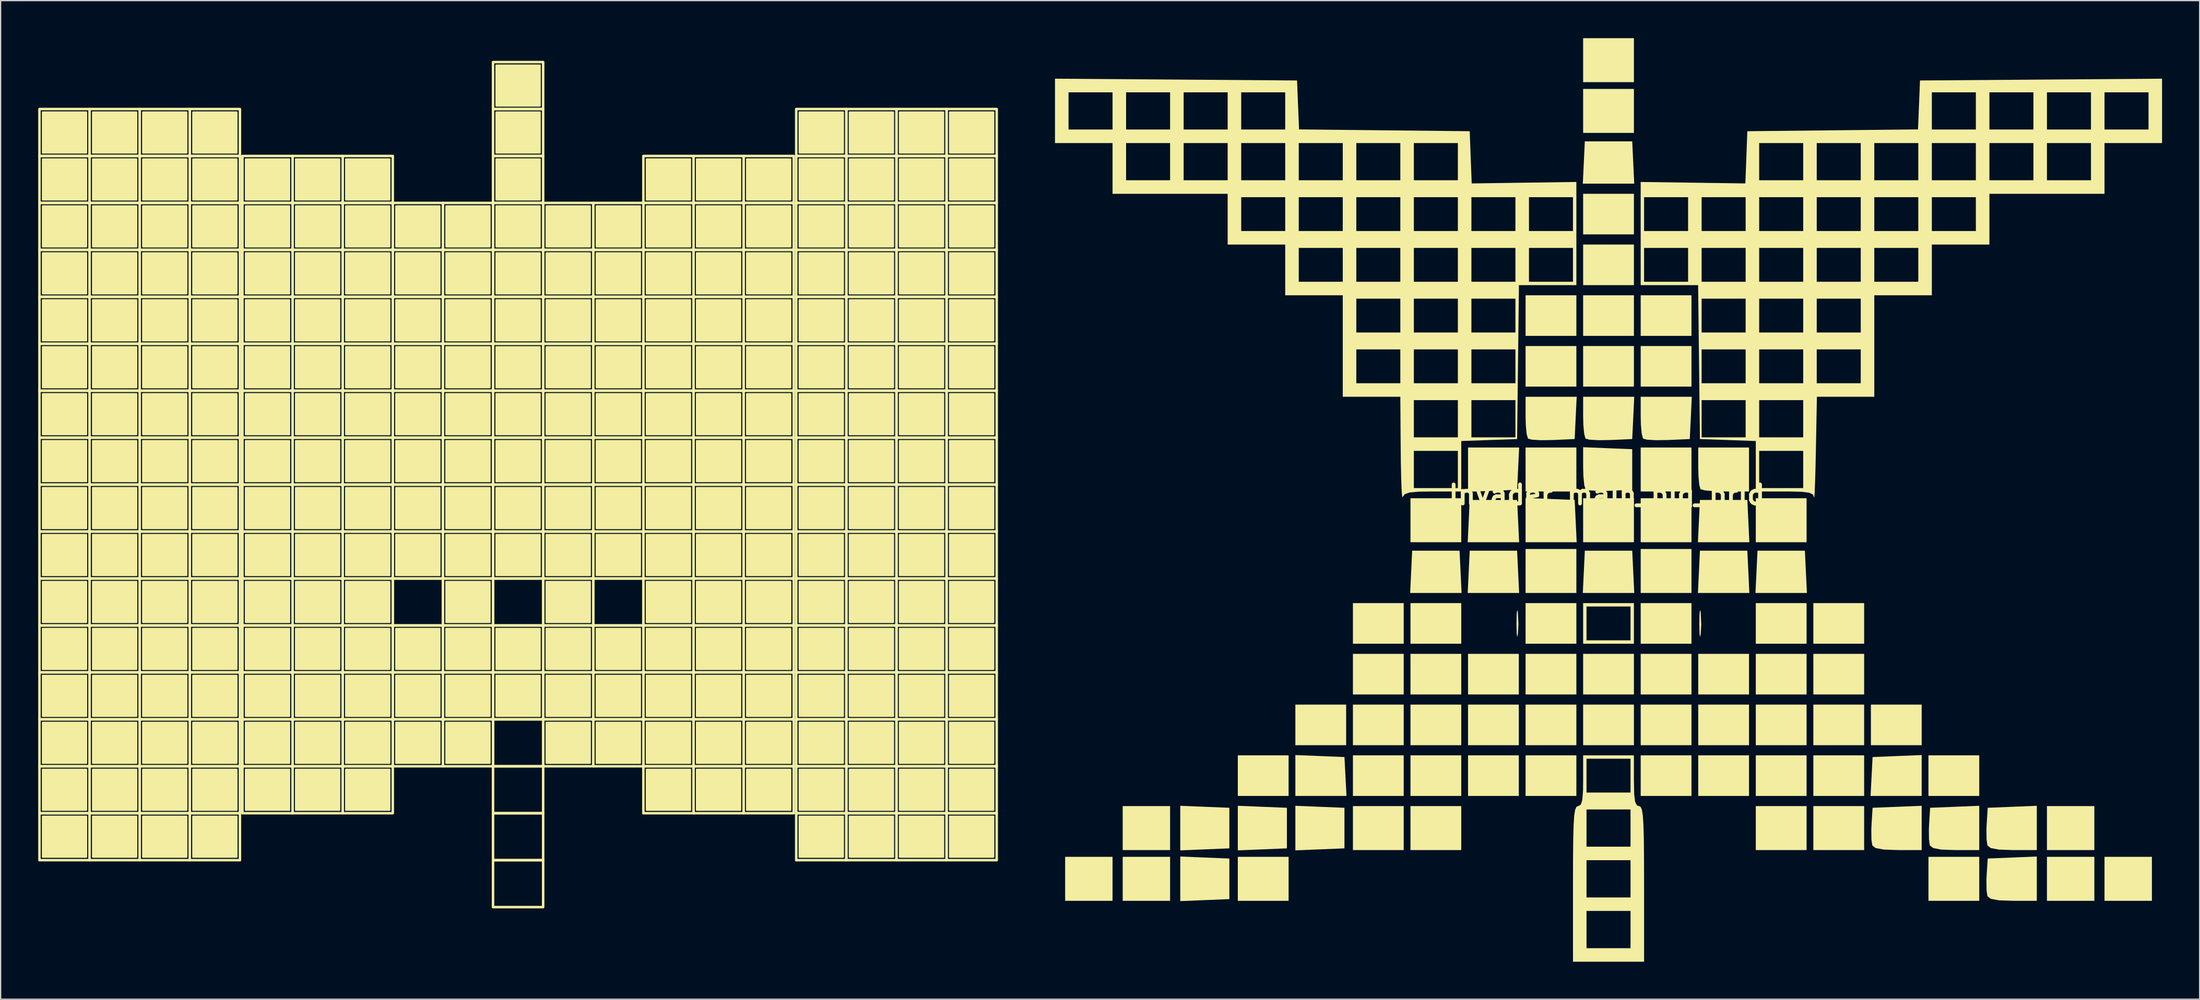
<source format=kicad_pcb>
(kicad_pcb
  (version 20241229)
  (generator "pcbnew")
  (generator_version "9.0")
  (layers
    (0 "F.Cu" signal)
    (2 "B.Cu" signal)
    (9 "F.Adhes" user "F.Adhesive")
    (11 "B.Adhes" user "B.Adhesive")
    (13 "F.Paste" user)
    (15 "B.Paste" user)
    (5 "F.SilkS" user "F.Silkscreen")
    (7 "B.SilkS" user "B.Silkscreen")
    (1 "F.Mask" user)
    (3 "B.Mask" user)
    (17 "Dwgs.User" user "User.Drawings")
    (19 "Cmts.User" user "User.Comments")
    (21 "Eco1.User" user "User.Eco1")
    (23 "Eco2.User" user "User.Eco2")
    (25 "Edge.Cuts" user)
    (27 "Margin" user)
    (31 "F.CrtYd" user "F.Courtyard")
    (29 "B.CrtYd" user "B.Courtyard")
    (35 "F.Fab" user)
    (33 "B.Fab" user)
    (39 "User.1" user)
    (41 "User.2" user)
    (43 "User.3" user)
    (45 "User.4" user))
  (footprint "Invader_main_big_brid"
    (layer "F.Cu")
    (at 38.3 35.609)
    (property "Reference" "Invader_main_big_brid" (at 86.898 0.87 0) (layer "F.SilkS") (effects (font (size 1.524 1.524) (thickness 0.3))))
    (attr board_only exclude_from_pos_files exclude_from_bom)
    (fp_rect (start -38.2 -29.95) (end -34.2 -26.2) (stroke (width 0.2) (type solid)) (fill no) (layer "F.SilkS"))
    (fp_rect (start -38.2 -26.2) (end -34.2 -22.45) (stroke (width 0.2) (type solid)) (fill no) (layer "F.SilkS"))
    (fp_rect (start -38.2 -22.45) (end -34.2 -18.7) (stroke (width 0.2) (type solid)) (fill no) (layer "F.SilkS"))
    (fp_rect (start -38.2 -18.7) (end -34.2 -14.95) (stroke (width 0.2) (type solid)) (fill no) (layer "F.SilkS"))
    (fp_rect (start -38.2 -14.95) (end -34.2 -11.2) (stroke (width 0.2) (type solid)) (fill no) (layer "F.SilkS"))
    (fp_rect (start -38.2 -11.2) (end -34.2 -7.45) (stroke (width 0.2) (type solid)) (fill no) (layer "F.SilkS"))
    (fp_rect (start -38.2 -7.45) (end -34.2 -3.7) (stroke (width 0.2) (type solid)) (fill no) (layer "F.SilkS"))
    (fp_rect (start -38.2 -3.7) (end -34.2 0.05) (stroke (width 0.2) (type solid)) (fill no) (layer "F.SilkS"))
    (fp_rect (start -38.2 0.05) (end -34.2 3.8) (stroke (width 0.2) (type solid)) (fill no) (layer "F.SilkS"))
    (fp_rect (start -38.2 3.8) (end -34.2 7.55) (stroke (width 0.2) (type solid)) (fill no) (layer "F.SilkS"))
    (fp_rect (start -38.2 7.55) (end -34.2 11.3) (stroke (width 0.2) (type solid)) (fill no) (layer "F.SilkS"))
    (fp_rect (start -38.2 11.3) (end -34.2 15.05) (stroke (width 0.2) (type solid)) (fill no) (layer "F.SilkS"))
    (fp_rect (start -38.2 15.05) (end -34.2 18.8) (stroke (width 0.2) (type solid)) (fill no) (layer "F.SilkS"))
    (fp_rect (start -38.2 18.8) (end -34.2 22.55) (stroke (width 0.2) (type solid)) (fill no) (layer "F.SilkS"))
    (fp_rect (start -38.2 22.55) (end -34.2 26.3) (stroke (width 0.2) (type solid)) (fill no) (layer "F.SilkS"))
    (fp_rect (start -38.2 26.3) (end -34.2 30.05) (stroke (width 0.2) (type solid)) (fill no) (layer "F.SilkS"))
    (fp_rect (start -37.95 -29.7) (end -34.45 -26.45) (stroke (width 0.12) (type solid)) (fill yes) (layer "F.SilkS"))
    (fp_rect (start -37.95 -25.95) (end -34.45 -22.7) (stroke (width 0.12) (type solid)) (fill yes) (layer "F.SilkS"))
    (fp_rect (start -37.95 -22.2) (end -34.45 -18.95) (stroke (width 0.12) (type solid)) (fill yes) (layer "F.SilkS"))
    (fp_rect (start -37.95 -18.45) (end -34.45 -15.2) (stroke (width 0.12) (type solid)) (fill yes) (layer "F.SilkS"))
    (fp_rect (start -37.95 -14.7) (end -34.45 -11.45) (stroke (width 0.12) (type solid)) (fill yes) (layer "F.SilkS"))
    (fp_rect (start -37.95 -10.95) (end -34.45 -7.7) (stroke (width 0.12) (type solid)) (fill yes) (layer "F.SilkS"))
    (fp_rect (start -37.95 -7.2) (end -34.45 -3.95) (stroke (width 0.12) (type solid)) (fill yes) (layer "F.SilkS"))
    (fp_rect (start -37.95 -3.45) (end -34.45 -0.2) (stroke (width 0.12) (type solid)) (fill yes) (layer "F.SilkS"))
    (fp_rect (start -37.95 0.3) (end -34.45 3.55) (stroke (width 0.12) (type solid)) (fill yes) (layer "F.SilkS"))
    (fp_rect (start -37.95 4.05) (end -34.45 7.3) (stroke (width 0.12) (type solid)) (fill yes) (layer "F.SilkS"))
    (fp_rect (start -37.95 7.8) (end -34.45 11.05) (stroke (width 0.12) (type solid)) (fill yes) (layer "F.SilkS"))
    (fp_rect (start -37.95 11.55) (end -34.45 14.8) (stroke (width 0.12) (type solid)) (fill yes) (layer "F.SilkS"))
    (fp_rect (start -37.95 15.3) (end -34.45 18.55) (stroke (width 0.12) (type solid)) (fill yes) (layer "F.SilkS"))
    (fp_rect (start -37.95 19.05) (end -34.45 22.3) (stroke (width 0.12) (type solid)) (fill yes) (layer "F.SilkS"))
    (fp_rect (start -37.95 22.8) (end -34.45 26.05) (stroke (width 0.12) (type solid)) (fill yes) (layer "F.SilkS"))
    (fp_rect (start -37.95 26.55) (end -34.45 29.8) (stroke (width 0.12) (type solid)) (fill yes) (layer "F.SilkS"))
    (fp_rect (start -34.2 -29.95) (end -30.2 -26.2) (stroke (width 0.2) (type solid)) (fill no) (layer "F.SilkS"))
    (fp_rect (start -34.2 -26.2) (end -30.2 -22.45) (stroke (width 0.2) (type solid)) (fill no) (layer "F.SilkS"))
    (fp_rect (start -34.2 -22.45) (end -30.2 -18.7) (stroke (width 0.2) (type solid)) (fill no) (layer "F.SilkS"))
    (fp_rect (start -34.2 -18.7) (end -30.2 -14.95) (stroke (width 0.2) (type solid)) (fill no) (layer "F.SilkS"))
    (fp_rect (start -34.2 -14.95) (end -30.2 -11.2) (stroke (width 0.2) (type solid)) (fill no) (layer "F.SilkS"))
    (fp_rect (start -34.2 -11.2) (end -30.2 -7.45) (stroke (width 0.2) (type solid)) (fill no) (layer "F.SilkS"))
    (fp_rect (start -34.2 -7.45) (end -30.2 -3.7) (stroke (width 0.2) (type solid)) (fill no) (layer "F.SilkS"))
    (fp_rect (start -34.2 -3.7) (end -30.2 0.05) (stroke (width 0.2) (type solid)) (fill no) (layer "F.SilkS"))
    (fp_rect (start -34.2 0.05) (end -30.2 3.8) (stroke (width 0.2) (type solid)) (fill no) (layer "F.SilkS"))
    (fp_rect (start -34.2 3.8) (end -30.2 7.55) (stroke (width 0.2) (type solid)) (fill no) (layer "F.SilkS"))
    (fp_rect (start -34.2 7.55) (end -30.2 11.3) (stroke (width 0.2) (type solid)) (fill no) (layer "F.SilkS"))
    (fp_rect (start -34.2 11.3) (end -30.2 15.05) (stroke (width 0.2) (type solid)) (fill no) (layer "F.SilkS"))
    (fp_rect (start -34.2 15.05) (end -30.2 18.8) (stroke (width 0.2) (type solid)) (fill no) (layer "F.SilkS"))
    (fp_rect (start -34.2 18.8) (end -30.2 22.55) (stroke (width 0.2) (type solid)) (fill no) (layer "F.SilkS"))
    (fp_rect (start -34.2 22.55) (end -30.2 26.3) (stroke (width 0.2) (type solid)) (fill no) (layer "F.SilkS"))
    (fp_rect (start -34.2 26.3) (end -30.2 30.05) (stroke (width 0.2) (type solid)) (fill no) (layer "F.SilkS"))
    (fp_rect (start -33.95 -29.7) (end -30.45 -26.45) (stroke (width 0.12) (type solid)) (fill yes) (layer "F.SilkS"))
    (fp_rect (start -33.95 -25.95) (end -30.45 -22.7) (stroke (width 0.12) (type solid)) (fill yes) (layer "F.SilkS"))
    (fp_rect (start -33.95 -22.2) (end -30.45 -18.95) (stroke (width 0.12) (type solid)) (fill yes) (layer "F.SilkS"))
    (fp_rect (start -33.95 -18.45) (end -30.45 -15.2) (stroke (width 0.12) (type solid)) (fill yes) (layer "F.SilkS"))
    (fp_rect (start -33.95 -14.7) (end -30.45 -11.45) (stroke (width 0.12) (type solid)) (fill yes) (layer "F.SilkS"))
    (fp_rect (start -33.95 -10.95) (end -30.45 -7.7) (stroke (width 0.12) (type solid)) (fill yes) (layer "F.SilkS"))
    (fp_rect (start -33.95 -7.2) (end -30.45 -3.95) (stroke (width 0.12) (type solid)) (fill yes) (layer "F.SilkS"))
    (fp_rect (start -33.95 -3.45) (end -30.45 -0.2) (stroke (width 0.12) (type solid)) (fill yes) (layer "F.SilkS"))
    (fp_rect (start -33.95 0.3) (end -30.45 3.55) (stroke (width 0.12) (type solid)) (fill yes) (layer "F.SilkS"))
    (fp_rect (start -33.95 4.05) (end -30.45 7.3) (stroke (width 0.12) (type solid)) (fill yes) (layer "F.SilkS"))
    (fp_rect (start -33.95 7.8) (end -30.45 11.05) (stroke (width 0.12) (type solid)) (fill yes) (layer "F.SilkS"))
    (fp_rect (start -33.95 11.55) (end -30.45 14.8) (stroke (width 0.12) (type solid)) (fill yes) (layer "F.SilkS"))
    (fp_rect (start -33.95 15.3) (end -30.45 18.55) (stroke (width 0.12) (type solid)) (fill yes) (layer "F.SilkS"))
    (fp_rect (start -33.95 19.05) (end -30.45 22.3) (stroke (width 0.12) (type solid)) (fill yes) (layer "F.SilkS"))
    (fp_rect (start -33.95 22.8) (end -30.45 26.05) (stroke (width 0.12) (type solid)) (fill yes) (layer "F.SilkS"))
    (fp_rect (start -33.95 26.55) (end -30.45 29.8) (stroke (width 0.12) (type solid)) (fill yes) (layer "F.SilkS"))
    (fp_rect (start -30.2 -29.95) (end -26.2 -26.2) (stroke (width 0.2) (type solid)) (fill no) (layer "F.SilkS"))
    (fp_rect (start -30.2 -26.2) (end -26.2 -22.45) (stroke (width 0.2) (type solid)) (fill no) (layer "F.SilkS"))
    (fp_rect (start -30.2 -22.45) (end -26.2 -18.7) (stroke (width 0.2) (type solid)) (fill no) (layer "F.SilkS"))
    (fp_rect (start -30.2 -18.7) (end -26.2 -14.95) (stroke (width 0.2) (type solid)) (fill no) (layer "F.SilkS"))
    (fp_rect (start -30.2 -14.95) (end -26.2 -11.2) (stroke (width 0.2) (type solid)) (fill no) (layer "F.SilkS"))
    (fp_rect (start -30.2 -11.2) (end -26.2 -7.45) (stroke (width 0.2) (type solid)) (fill no) (layer "F.SilkS"))
    (fp_rect (start -30.2 -7.45) (end -26.2 -3.7) (stroke (width 0.2) (type solid)) (fill no) (layer "F.SilkS"))
    (fp_rect (start -30.2 -3.7) (end -26.2 0.05) (stroke (width 0.2) (type solid)) (fill no) (layer "F.SilkS"))
    (fp_rect (start -30.2 0.05) (end -26.2 3.8) (stroke (width 0.2) (type solid)) (fill no) (layer "F.SilkS"))
    (fp_rect (start -30.2 3.8) (end -26.2 7.55) (stroke (width 0.2) (type solid)) (fill no) (layer "F.SilkS"))
    (fp_rect (start -30.2 7.55) (end -26.2 11.3) (stroke (width 0.2) (type solid)) (fill no) (layer "F.SilkS"))
    (fp_rect (start -30.2 11.3) (end -26.2 15.05) (stroke (width 0.2) (type solid)) (fill no) (layer "F.SilkS"))
    (fp_rect (start -30.2 15.05) (end -26.2 18.8) (stroke (width 0.2) (type solid)) (fill no) (layer "F.SilkS"))
    (fp_rect (start -30.2 18.8) (end -26.2 22.55) (stroke (width 0.2) (type solid)) (fill no) (layer "F.SilkS"))
    (fp_rect (start -30.2 22.55) (end -26.2 26.3) (stroke (width 0.2) (type solid)) (fill no) (layer "F.SilkS"))
    (fp_rect (start -30.2 26.3) (end -26.2 30.05) (stroke (width 0.2) (type solid)) (fill no) (layer "F.SilkS"))
    (fp_rect (start -29.95 -29.7) (end -26.45 -26.45) (stroke (width 0.12) (type solid)) (fill yes) (layer "F.SilkS"))
    (fp_rect (start -29.95 -25.95) (end -26.45 -22.7) (stroke (width 0.12) (type solid)) (fill yes) (layer "F.SilkS"))
    (fp_rect (start -29.95 -22.2) (end -26.45 -18.95) (stroke (width 0.12) (type solid)) (fill yes) (layer "F.SilkS"))
    (fp_rect (start -29.95 -18.45) (end -26.45 -15.2) (stroke (width 0.12) (type solid)) (fill yes) (layer "F.SilkS"))
    (fp_rect (start -29.95 -14.7) (end -26.45 -11.45) (stroke (width 0.12) (type solid)) (fill yes) (layer "F.SilkS"))
    (fp_rect (start -29.95 -10.95) (end -26.45 -7.7) (stroke (width 0.12) (type solid)) (fill yes) (layer "F.SilkS"))
    (fp_rect (start -29.95 -7.2) (end -26.45 -3.95) (stroke (width 0.12) (type solid)) (fill yes) (layer "F.SilkS"))
    (fp_rect (start -29.95 -3.45) (end -26.45 -0.2) (stroke (width 0.12) (type solid)) (fill yes) (layer "F.SilkS"))
    (fp_rect (start -29.95 0.3) (end -26.45 3.55) (stroke (width 0.12) (type solid)) (fill yes) (layer "F.SilkS"))
    (fp_rect (start -29.95 4.05) (end -26.45 7.3) (stroke (width 0.12) (type solid)) (fill yes) (layer "F.SilkS"))
    (fp_rect (start -29.95 7.8) (end -26.45 11.05) (stroke (width 0.12) (type solid)) (fill yes) (layer "F.SilkS"))
    (fp_rect (start -29.95 11.55) (end -26.45 14.8) (stroke (width 0.12) (type solid)) (fill yes) (layer "F.SilkS"))
    (fp_rect (start -29.95 15.3) (end -26.45 18.55) (stroke (width 0.12) (type solid)) (fill yes) (layer "F.SilkS"))
    (fp_rect (start -29.95 19.05) (end -26.45 22.3) (stroke (width 0.12) (type solid)) (fill yes) (layer "F.SilkS"))
    (fp_rect (start -29.95 22.8) (end -26.45 26.05) (stroke (width 0.12) (type solid)) (fill yes) (layer "F.SilkS"))
    (fp_rect (start -29.95 26.55) (end -26.45 29.8) (stroke (width 0.12) (type solid)) (fill yes) (layer "F.SilkS"))
    (fp_rect (start -26.2 -29.95) (end -22.2 -26.2) (stroke (width 0.2) (type solid)) (fill no) (layer "F.SilkS"))
    (fp_rect (start -26.2 -26.2) (end -22.2 -22.45) (stroke (width 0.2) (type solid)) (fill no) (layer "F.SilkS"))
    (fp_rect (start -26.2 -22.45) (end -22.2 -18.7) (stroke (width 0.2) (type solid)) (fill no) (layer "F.SilkS"))
    (fp_rect (start -26.2 -18.7) (end -22.2 -14.95) (stroke (width 0.2) (type solid)) (fill no) (layer "F.SilkS"))
    (fp_rect (start -26.2 -14.95) (end -22.2 -11.2) (stroke (width 0.2) (type solid)) (fill no) (layer "F.SilkS"))
    (fp_rect (start -26.2 -11.2) (end -22.2 -7.45) (stroke (width 0.2) (type solid)) (fill no) (layer "F.SilkS"))
    (fp_rect (start -26.2 -7.45) (end -22.2 -3.7) (stroke (width 0.2) (type solid)) (fill no) (layer "F.SilkS"))
    (fp_rect (start -26.2 -3.7) (end -22.2 0.05) (stroke (width 0.2) (type solid)) (fill no) (layer "F.SilkS"))
    (fp_rect (start -26.2 0.05) (end -22.2 3.8) (stroke (width 0.2) (type solid)) (fill no) (layer "F.SilkS"))
    (fp_rect (start -26.2 3.8) (end -22.2 7.55) (stroke (width 0.2) (type solid)) (fill no) (layer "F.SilkS"))
    (fp_rect (start -26.2 7.55) (end -22.2 11.3) (stroke (width 0.2) (type solid)) (fill no) (layer "F.SilkS"))
    (fp_rect (start -26.2 11.3) (end -22.2 15.05) (stroke (width 0.2) (type solid)) (fill no) (layer "F.SilkS"))
    (fp_rect (start -26.2 15.05) (end -22.2 18.8) (stroke (width 0.2) (type solid)) (fill no) (layer "F.SilkS"))
    (fp_rect (start -26.2 18.8) (end -22.2 22.55) (stroke (width 0.2) (type solid)) (fill no) (layer "F.SilkS"))
    (fp_rect (start -26.2 22.55) (end -22.2 26.3) (stroke (width 0.2) (type solid)) (fill no) (layer "F.SilkS"))
    (fp_rect (start -26.2 26.3) (end -22.2 30.05) (stroke (width 0.2) (type solid)) (fill no) (layer "F.SilkS"))
    (fp_rect (start -25.95 -29.7) (end -22.45 -26.45) (stroke (width 0.12) (type solid)) (fill yes) (layer "F.SilkS"))
    (fp_rect (start -25.95 -25.95) (end -22.45 -22.7) (stroke (width 0.12) (type solid)) (fill yes) (layer "F.SilkS"))
    (fp_rect (start -25.95 -22.2) (end -22.45 -18.95) (stroke (width 0.12) (type solid)) (fill yes) (layer "F.SilkS"))
    (fp_rect (start -25.95 -18.45) (end -22.45 -15.2) (stroke (width 0.12) (type solid)) (fill yes) (layer "F.SilkS"))
    (fp_rect (start -25.95 -14.7) (end -22.45 -11.45) (stroke (width 0.12) (type solid)) (fill yes) (layer "F.SilkS"))
    (fp_rect (start -25.95 -10.95) (end -22.45 -7.7) (stroke (width 0.12) (type solid)) (fill yes) (layer "F.SilkS"))
    (fp_rect (start -25.95 -7.2) (end -22.45 -3.95) (stroke (width 0.12) (type solid)) (fill yes) (layer "F.SilkS"))
    (fp_rect (start -25.95 -3.45) (end -22.45 -0.2) (stroke (width 0.12) (type solid)) (fill yes) (layer "F.SilkS"))
    (fp_rect (start -25.95 0.3) (end -22.45 3.55) (stroke (width 0.12) (type solid)) (fill yes) (layer "F.SilkS"))
    (fp_rect (start -25.95 4.05) (end -22.45 7.3) (stroke (width 0.12) (type solid)) (fill yes) (layer "F.SilkS"))
    (fp_rect (start -25.95 7.8) (end -22.45 11.05) (stroke (width 0.12) (type solid)) (fill yes) (layer "F.SilkS"))
    (fp_rect (start -25.95 11.55) (end -22.45 14.8) (stroke (width 0.12) (type solid)) (fill yes) (layer "F.SilkS"))
    (fp_rect (start -25.95 15.3) (end -22.45 18.55) (stroke (width 0.12) (type solid)) (fill yes) (layer "F.SilkS"))
    (fp_rect (start -25.95 19.05) (end -22.45 22.3) (stroke (width 0.12) (type solid)) (fill yes) (layer "F.SilkS"))
    (fp_rect (start -25.95 22.8) (end -22.45 26.05) (stroke (width 0.12) (type solid)) (fill yes) (layer "F.SilkS"))
    (fp_rect (start -25.95 26.55) (end -22.45 29.8) (stroke (width 0.12) (type solid)) (fill yes) (layer "F.SilkS"))
    (fp_rect (start -22 -26.2) (end -18 -22.45) (stroke (width 0.2) (type solid)) (fill no) (layer "F.SilkS"))
    (fp_rect (start -22 -22.45) (end -18 -18.7) (stroke (width 0.2) (type solid)) (fill no) (layer "F.SilkS"))
    (fp_rect (start -22 -18.7) (end -18 -14.95) (stroke (width 0.2) (type solid)) (fill no) (layer "F.SilkS"))
    (fp_rect (start -22 -14.95) (end -18 -11.2) (stroke (width 0.2) (type solid)) (fill no) (layer "F.SilkS"))
    (fp_rect (start -22 -11.2) (end -18 -7.45) (stroke (width 0.2) (type solid)) (fill no) (layer "F.SilkS"))
    (fp_rect (start -22 -7.45) (end -18 -3.7) (stroke (width 0.2) (type solid)) (fill no) (layer "F.SilkS"))
    (fp_rect (start -22 -3.7) (end -18 0.05) (stroke (width 0.2) (type solid)) (fill no) (layer "F.SilkS"))
    (fp_rect (start -22 0.05) (end -18 3.8) (stroke (width 0.2) (type solid)) (fill no) (layer "F.SilkS"))
    (fp_rect (start -22 3.8) (end -18 7.55) (stroke (width 0.2) (type solid)) (fill no) (layer "F.SilkS"))
    (fp_rect (start -22 7.55) (end -18 11.3) (stroke (width 0.2) (type solid)) (fill no) (layer "F.SilkS"))
    (fp_rect (start -22 11.3) (end -18 15.05) (stroke (width 0.2) (type solid)) (fill no) (layer "F.SilkS"))
    (fp_rect (start -22 15.05) (end -18 18.8) (stroke (width 0.2) (type solid)) (fill no) (layer "F.SilkS"))
    (fp_rect (start -22 18.8) (end -18 22.55) (stroke (width 0.2) (type solid)) (fill no) (layer "F.SilkS"))
    (fp_rect (start -22 22.55) (end -18 26.3) (stroke (width 0.2) (type solid)) (fill no) (layer "F.SilkS"))
    (fp_rect (start -21.75 -25.95) (end -18.25 -22.7) (stroke (width 0.12) (type solid)) (fill yes) (layer "F.SilkS"))
    (fp_rect (start -21.75 -22.2) (end -18.25 -18.95) (stroke (width 0.12) (type solid)) (fill yes) (layer "F.SilkS"))
    (fp_rect (start -21.75 -18.45) (end -18.25 -15.2) (stroke (width 0.12) (type solid)) (fill yes) (layer "F.SilkS"))
    (fp_rect (start -21.75 -14.7) (end -18.25 -11.45) (stroke (width 0.12) (type solid)) (fill yes) (layer "F.SilkS"))
    (fp_rect (start -21.75 -10.95) (end -18.25 -7.7) (stroke (width 0.12) (type solid)) (fill yes) (layer "F.SilkS"))
    (fp_rect (start -21.75 -7.2) (end -18.25 -3.95) (stroke (width 0.12) (type solid)) (fill yes) (layer "F.SilkS"))
    (fp_rect (start -21.75 -3.45) (end -18.25 -0.2) (stroke (width 0.12) (type solid)) (fill yes) (layer "F.SilkS"))
    (fp_rect (start -21.75 0.3) (end -18.25 3.55) (stroke (width 0.12) (type solid)) (fill yes) (layer "F.SilkS"))
    (fp_rect (start -21.75 4.05) (end -18.25 7.3) (stroke (width 0.12) (type solid)) (fill yes) (layer "F.SilkS"))
    (fp_rect (start -21.75 7.8) (end -18.25 11.05) (stroke (width 0.12) (type solid)) (fill yes) (layer "F.SilkS"))
    (fp_rect (start -21.75 11.55) (end -18.25 14.8) (stroke (width 0.12) (type solid)) (fill yes) (layer "F.SilkS"))
    (fp_rect (start -21.75 15.3) (end -18.25 18.55) (stroke (width 0.12) (type solid)) (fill yes) (layer "F.SilkS"))
    (fp_rect (start -21.75 19.05) (end -18.25 22.3) (stroke (width 0.12) (type solid)) (fill yes) (layer "F.SilkS"))
    (fp_rect (start -21.75 22.8) (end -18.25 26.05) (stroke (width 0.12) (type solid)) (fill yes) (layer "F.SilkS"))
    (fp_rect (start -18 -26.2) (end -14 -22.45) (stroke (width 0.2) (type solid)) (fill no) (layer "F.SilkS"))
    (fp_rect (start -18 -22.45) (end -14 -18.7) (stroke (width 0.2) (type solid)) (fill no) (layer "F.SilkS"))
    (fp_rect (start -18 -18.7) (end -14 -14.95) (stroke (width 0.2) (type solid)) (fill no) (layer "F.SilkS"))
    (fp_rect (start -18 -14.95) (end -14 -11.2) (stroke (width 0.2) (type solid)) (fill no) (layer "F.SilkS"))
    (fp_rect (start -18 -11.2) (end -14 -7.45) (stroke (width 0.2) (type solid)) (fill no) (layer "F.SilkS"))
    (fp_rect (start -18 -7.45) (end -14 -3.7) (stroke (width 0.2) (type solid)) (fill no) (layer "F.SilkS"))
    (fp_rect (start -18 -3.7) (end -14 0.05) (stroke (width 0.2) (type solid)) (fill no) (layer "F.SilkS"))
    (fp_rect (start -18 0.05) (end -14 3.8) (stroke (width 0.2) (type solid)) (fill no) (layer "F.SilkS"))
    (fp_rect (start -18 3.8) (end -14 7.55) (stroke (width 0.2) (type solid)) (fill no) (layer "F.SilkS"))
    (fp_rect (start -18 7.55) (end -14 11.3) (stroke (width 0.2) (type solid)) (fill no) (layer "F.SilkS"))
    (fp_rect (start -18 11.3) (end -14 15.05) (stroke (width 0.2) (type solid)) (fill no) (layer "F.SilkS"))
    (fp_rect (start -18 15.05) (end -14 18.8) (stroke (width 0.2) (type solid)) (fill no) (layer "F.SilkS"))
    (fp_rect (start -18 18.8) (end -14 22.55) (stroke (width 0.2) (type solid)) (fill no) (layer "F.SilkS"))
    (fp_rect (start -18 22.55) (end -14 26.3) (stroke (width 0.2) (type solid)) (fill no) (layer "F.SilkS"))
    (fp_rect (start -17.75 -25.95) (end -14.25 -22.7) (stroke (width 0.12) (type solid)) (fill yes) (layer "F.SilkS"))
    (fp_rect (start -17.75 -22.2) (end -14.25 -18.95) (stroke (width 0.12) (type solid)) (fill yes) (layer "F.SilkS"))
    (fp_rect (start -17.75 -18.45) (end -14.25 -15.2) (stroke (width 0.12) (type solid)) (fill yes) (layer "F.SilkS"))
    (fp_rect (start -17.75 -14.7) (end -14.25 -11.45) (stroke (width 0.12) (type solid)) (fill yes) (layer "F.SilkS"))
    (fp_rect (start -17.75 -10.95) (end -14.25 -7.7) (stroke (width 0.12) (type solid)) (fill yes) (layer "F.SilkS"))
    (fp_rect (start -17.75 -7.2) (end -14.25 -3.95) (stroke (width 0.12) (type solid)) (fill yes) (layer "F.SilkS"))
    (fp_rect (start -17.75 -3.45) (end -14.25 -0.2) (stroke (width 0.12) (type solid)) (fill yes) (layer "F.SilkS"))
    (fp_rect (start -17.75 0.3) (end -14.25 3.55) (stroke (width 0.12) (type solid)) (fill yes) (layer "F.SilkS"))
    (fp_rect (start -17.75 4.05) (end -14.25 7.3) (stroke (width 0.12) (type solid)) (fill yes) (layer "F.SilkS"))
    (fp_rect (start -17.75 7.8) (end -14.25 11.05) (stroke (width 0.12) (type solid)) (fill yes) (layer "F.SilkS"))
    (fp_rect (start -17.75 11.55) (end -14.25 14.8) (stroke (width 0.12) (type solid)) (fill yes) (layer "F.SilkS"))
    (fp_rect (start -17.75 15.3) (end -14.25 18.55) (stroke (width 0.12) (type solid)) (fill yes) (layer "F.SilkS"))
    (fp_rect (start -17.75 19.05) (end -14.25 22.3) (stroke (width 0.12) (type solid)) (fill yes) (layer "F.SilkS"))
    (fp_rect (start -17.75 22.8) (end -14.25 26.05) (stroke (width 0.12) (type solid)) (fill yes) (layer "F.SilkS"))
    (fp_rect (start -14 -26.2) (end -10 -22.45) (stroke (width 0.2) (type solid)) (fill no) (layer "F.SilkS"))
    (fp_rect (start -14 -22.45) (end -10 -18.7) (stroke (width 0.2) (type solid)) (fill no) (layer "F.SilkS"))
    (fp_rect (start -14 -18.7) (end -10 -14.95) (stroke (width 0.2) (type solid)) (fill no) (layer "F.SilkS"))
    (fp_rect (start -14 -14.95) (end -10 -11.2) (stroke (width 0.2) (type solid)) (fill no) (layer "F.SilkS"))
    (fp_rect (start -14 -11.2) (end -10 -7.45) (stroke (width 0.2) (type solid)) (fill no) (layer "F.SilkS"))
    (fp_rect (start -14 -7.45) (end -10 -3.7) (stroke (width 0.2) (type solid)) (fill no) (layer "F.SilkS"))
    (fp_rect (start -14 -3.7) (end -10 0.05) (stroke (width 0.2) (type solid)) (fill no) (layer "F.SilkS"))
    (fp_rect (start -14 0.05) (end -10 3.8) (stroke (width 0.2) (type solid)) (fill no) (layer "F.SilkS"))
    (fp_rect (start -14 3.8) (end -10 7.55) (stroke (width 0.2) (type solid)) (fill no) (layer "F.SilkS"))
    (fp_rect (start -14 7.55) (end -10 11.3) (stroke (width 0.2) (type solid)) (fill no) (layer "F.SilkS"))
    (fp_rect (start -14 11.3) (end -10 15.05) (stroke (width 0.2) (type solid)) (fill no) (layer "F.SilkS"))
    (fp_rect (start -14 15.05) (end -10 18.8) (stroke (width 0.2) (type solid)) (fill no) (layer "F.SilkS"))
    (fp_rect (start -14 18.8) (end -10 22.55) (stroke (width 0.2) (type solid)) (fill no) (layer "F.SilkS"))
    (fp_rect (start -14 22.55) (end -10 26.3) (stroke (width 0.2) (type solid)) (fill no) (layer "F.SilkS"))
    (fp_rect (start -13.75 -25.95) (end -10.25 -22.7) (stroke (width 0.12) (type solid)) (fill yes) (layer "F.SilkS"))
    (fp_rect (start -13.75 -22.2) (end -10.25 -18.95) (stroke (width 0.12) (type solid)) (fill yes) (layer "F.SilkS"))
    (fp_rect (start -13.75 -18.45) (end -10.25 -15.2) (stroke (width 0.12) (type solid)) (fill yes) (layer "F.SilkS"))
    (fp_rect (start -13.75 -14.7) (end -10.25 -11.45) (stroke (width 0.12) (type solid)) (fill yes) (layer "F.SilkS"))
    (fp_rect (start -13.75 -10.95) (end -10.25 -7.7) (stroke (width 0.12) (type solid)) (fill yes) (layer "F.SilkS"))
    (fp_rect (start -13.75 -7.2) (end -10.25 -3.95) (stroke (width 0.12) (type solid)) (fill yes) (layer "F.SilkS"))
    (fp_rect (start -13.75 -3.45) (end -10.25 -0.2) (stroke (width 0.12) (type solid)) (fill yes) (layer "F.SilkS"))
    (fp_rect (start -13.75 0.3) (end -10.25 3.55) (stroke (width 0.12) (type solid)) (fill yes) (layer "F.SilkS"))
    (fp_rect (start -13.75 4.05) (end -10.25 7.3) (stroke (width 0.12) (type solid)) (fill yes) (layer "F.SilkS"))
    (fp_rect (start -13.75 7.8) (end -10.25 11.05) (stroke (width 0.12) (type solid)) (fill yes) (layer "F.SilkS"))
    (fp_rect (start -13.75 11.55) (end -10.25 14.8) (stroke (width 0.12) (type solid)) (fill yes) (layer "F.SilkS"))
    (fp_rect (start -13.75 15.3) (end -10.25 18.55) (stroke (width 0.12) (type solid)) (fill yes) (layer "F.SilkS"))
    (fp_rect (start -13.75 19.05) (end -10.25 22.3) (stroke (width 0.12) (type solid)) (fill yes) (layer "F.SilkS"))
    (fp_rect (start -13.75 22.8) (end -10.25 26.05) (stroke (width 0.12) (type solid)) (fill yes) (layer "F.SilkS"))
    (fp_rect (start -10 -22.45) (end -6 -18.7) (stroke (width 0.2) (type solid)) (fill no) (layer "F.SilkS"))
    (fp_rect (start -10 -18.7) (end -6 -14.95) (stroke (width 0.2) (type solid)) (fill no) (layer "F.SilkS"))
    (fp_rect (start -10 -14.95) (end -6 -11.2) (stroke (width 0.2) (type solid)) (fill no) (layer "F.SilkS"))
    (fp_rect (start -10 -11.2) (end -6 -7.45) (stroke (width 0.2) (type solid)) (fill no) (layer "F.SilkS"))
    (fp_rect (start -10 -7.45) (end -6 -3.7) (stroke (width 0.2) (type solid)) (fill no) (layer "F.SilkS"))
    (fp_rect (start -10 -3.7) (end -6 0.05) (stroke (width 0.2) (type solid)) (fill no) (layer "F.SilkS"))
    (fp_rect (start -10 0.05) (end -6 3.8) (stroke (width 0.2) (type solid)) (fill no) (layer "F.SilkS"))
    (fp_rect (start -10 3.8) (end -6 7.55) (stroke (width 0.2) (type solid)) (fill no) (layer "F.SilkS"))
    (fp_rect (start -10 7.55) (end -6 11.3) (stroke (width 0.2) (type solid)) (fill no) (layer "F.SilkS"))
    (fp_rect (start -10 11.3) (end -6 15.05) (stroke (width 0.2) (type solid)) (fill no) (layer "F.SilkS"))
    (fp_rect (start -10 15.05) (end -6 18.8) (stroke (width 0.2) (type solid)) (fill no) (layer "F.SilkS"))
    (fp_rect (start -10 18.8) (end -6 22.55) (stroke (width 0.2) (type solid)) (fill no) (layer "F.SilkS"))
    (fp_rect (start -9.75 -22.2) (end -6.25 -18.95) (stroke (width 0.12) (type solid)) (fill yes) (layer "F.SilkS"))
    (fp_rect (start -9.75 -18.45) (end -6.25 -15.2) (stroke (width 0.12) (type solid)) (fill yes) (layer "F.SilkS"))
    (fp_rect (start -9.75 -14.7) (end -6.25 -11.45) (stroke (width 0.12) (type solid)) (fill yes) (layer "F.SilkS"))
    (fp_rect (start -9.75 -10.95) (end -6.25 -7.7) (stroke (width 0.12) (type solid)) (fill yes) (layer "F.SilkS"))
    (fp_rect (start -9.75 -7.2) (end -6.25 -3.95) (stroke (width 0.12) (type solid)) (fill yes) (layer "F.SilkS"))
    (fp_rect (start -9.75 -3.45) (end -6.25 -0.2) (stroke (width 0.12) (type solid)) (fill yes) (layer "F.SilkS"))
    (fp_rect (start -9.75 0.3) (end -6.25 3.55) (stroke (width 0.12) (type solid)) (fill yes) (layer "F.SilkS"))
    (fp_rect (start -9.75 4.05) (end -6.25 7.3) (stroke (width 0.12) (type solid)) (fill yes) (layer "F.SilkS"))
    (fp_rect (start -9.75 11.55) (end -6.25 14.8) (stroke (width 0.12) (type solid)) (fill yes) (layer "F.SilkS"))
    (fp_rect (start -9.75 15.3) (end -6.25 18.55) (stroke (width 0.12) (type solid)) (fill yes) (layer "F.SilkS"))
    (fp_rect (start -9.75 19.05) (end -6.25 22.3) (stroke (width 0.12) (type solid)) (fill yes) (layer "F.SilkS"))
    (fp_rect (start -6 -22.45) (end -2 -18.7) (stroke (width 0.2) (type solid)) (fill no) (layer "F.SilkS"))
    (fp_rect (start -6 -18.7) (end -2 -14.95) (stroke (width 0.2) (type solid)) (fill no) (layer "F.SilkS"))
    (fp_rect (start -6 -14.95) (end -2 -11.2) (stroke (width 0.2) (type solid)) (fill no) (layer "F.SilkS"))
    (fp_rect (start -6 -11.2) (end -2 -7.45) (stroke (width 0.2) (type solid)) (fill no) (layer "F.SilkS"))
    (fp_rect (start -6 -7.45) (end -2 -3.7) (stroke (width 0.2) (type solid)) (fill no) (layer "F.SilkS"))
    (fp_rect (start -6 -3.7) (end -2 0.05) (stroke (width 0.2) (type solid)) (fill no) (layer "F.SilkS"))
    (fp_rect (start -6 0.05) (end -2 3.8) (stroke (width 0.2) (type solid)) (fill no) (layer "F.SilkS"))
    (fp_rect (start -6 3.8) (end -2 7.55) (stroke (width 0.2) (type solid)) (fill no) (layer "F.SilkS"))
    (fp_rect (start -6 7.55) (end -2 11.3) (stroke (width 0.2) (type solid)) (fill no) (layer "F.SilkS"))
    (fp_rect (start -6 11.3) (end -2 15.05) (stroke (width 0.2) (type solid)) (fill no) (layer "F.SilkS"))
    (fp_rect (start -6 15.05) (end -2 18.8) (stroke (width 0.2) (type solid)) (fill no) (layer "F.SilkS"))
    (fp_rect (start -6 18.8) (end -2 22.55) (stroke (width 0.2) (type solid)) (fill no) (layer "F.SilkS"))
    (fp_rect (start -5.75 -22.2) (end -2.25 -18.95) (stroke (width 0.12) (type solid)) (fill yes) (layer "F.SilkS"))
    (fp_rect (start -5.75 -18.45) (end -2.25 -15.2) (stroke (width 0.12) (type solid)) (fill yes) (layer "F.SilkS"))
    (fp_rect (start -5.75 -14.7) (end -2.25 -11.45) (stroke (width 0.12) (type solid)) (fill yes) (layer "F.SilkS"))
    (fp_rect (start -5.75 -10.95) (end -2.25 -7.7) (stroke (width 0.12) (type solid)) (fill yes) (layer "F.SilkS"))
    (fp_rect (start -5.75 -7.2) (end -2.25 -3.95) (stroke (width 0.12) (type solid)) (fill yes) (layer "F.SilkS"))
    (fp_rect (start -5.75 -3.45) (end -2.25 -0.2) (stroke (width 0.12) (type solid)) (fill yes) (layer "F.SilkS"))
    (fp_rect (start -5.75 0.3) (end -2.25 3.55) (stroke (width 0.12) (type solid)) (fill yes) (layer "F.SilkS"))
    (fp_rect (start -5.75 4.05) (end -2.25 7.3) (stroke (width 0.12) (type solid)) (fill yes) (layer "F.SilkS"))
    (fp_rect (start -5.75 7.8) (end -2.25 11.05) (stroke (width 0.12) (type solid)) (fill yes) (layer "F.SilkS"))
    (fp_rect (start -5.75 11.55) (end -2.25 14.8) (stroke (width 0.12) (type solid)) (fill yes) (layer "F.SilkS"))
    (fp_rect (start -5.75 15.3) (end -2.25 18.55) (stroke (width 0.12) (type solid)) (fill yes) (layer "F.SilkS"))
    (fp_rect (start -5.75 19.05) (end -2.25 22.3) (stroke (width 0.12) (type solid)) (fill yes) (layer "F.SilkS"))
    (fp_rect (start -2 -33.7) (end 2 -29.95) (stroke (width 0.2) (type solid)) (fill no) (layer "F.SilkS"))
    (fp_rect (start -2 -29.95) (end 2 -26.2) (stroke (width 0.2) (type solid)) (fill no) (layer "F.SilkS"))
    (fp_rect (start -2 -26.2) (end 2 -22.45) (stroke (width 0.2) (type solid)) (fill no) (layer "F.SilkS"))
    (fp_rect (start -2 -22.45) (end 2 -18.7) (stroke (width 0.2) (type solid)) (fill no) (layer "F.SilkS"))
    (fp_rect (start -2 -18.7) (end 2 -14.95) (stroke (width 0.2) (type solid)) (fill no) (layer "F.SilkS"))
    (fp_rect (start -2 -14.95) (end 2 -11.2) (stroke (width 0.2) (type solid)) (fill no) (layer "F.SilkS"))
    (fp_rect (start -2 -11.2) (end 2 -7.45) (stroke (width 0.2) (type solid)) (fill no) (layer "F.SilkS"))
    (fp_rect (start -2 -7.45) (end 2 -3.7) (stroke (width 0.2) (type solid)) (fill no) (layer "F.SilkS"))
    (fp_rect (start -2 -3.7) (end 2 0.05) (stroke (width 0.2) (type solid)) (fill no) (layer "F.SilkS"))
    (fp_rect (start -2 0.05) (end 2 3.8) (stroke (width 0.2) (type solid)) (fill no) (layer "F.SilkS"))
    (fp_rect (start -2 3.8) (end 2 7.55) (stroke (width 0.2) (type solid)) (fill no) (layer "F.SilkS"))
    (fp_rect (start -2 7.55) (end 2 11.3) (stroke (width 0.2) (type solid)) (fill no) (layer "F.SilkS"))
    (fp_rect (start -2 11.3) (end 2 15.05) (stroke (width 0.2) (type solid)) (fill no) (layer "F.SilkS"))
    (fp_rect (start -2 15.05) (end 2 18.8) (stroke (width 0.2) (type solid)) (fill no) (layer "F.SilkS"))
    (fp_rect (start -2 18.8) (end 2 22.55) (stroke (width 0.2) (type solid)) (fill no) (layer "F.SilkS"))
    (fp_rect (start -2 22.55) (end 2 26.3) (stroke (width 0.2) (type solid)) (fill no) (layer "F.SilkS"))
    (fp_rect (start -2 26.3) (end 2 30.05) (stroke (width 0.2) (type solid)) (fill no) (layer "F.SilkS"))
    (fp_rect (start -2 30.05) (end 2 33.8) (stroke (width 0.2) (type solid)) (fill no) (layer "F.SilkS"))
    (fp_rect (start -1.75 -33.45) (end 1.75 -30.2) (stroke (width 0.12) (type solid)) (fill yes) (layer "F.SilkS"))
    (fp_rect (start -1.75 -29.7) (end 1.75 -26.45) (stroke (width 0.12) (type solid)) (fill yes) (layer "F.SilkS"))
    (fp_rect (start -1.75 -25.95) (end 1.75 -22.7) (stroke (width 0.12) (type solid)) (fill yes) (layer "F.SilkS"))
    (fp_rect (start -1.75 -22.2) (end 1.75 -18.95) (stroke (width 0.12) (type solid)) (fill yes) (layer "F.SilkS"))
    (fp_rect (start -1.75 -18.45) (end 1.75 -15.2) (stroke (width 0.12) (type solid)) (fill yes) (layer "F.SilkS"))
    (fp_rect (start -1.75 -14.7) (end 1.75 -11.45) (stroke (width 0.12) (type solid)) (fill yes) (layer "F.SilkS"))
    (fp_rect (start -1.75 -10.95) (end 1.75 -7.7) (stroke (width 0.12) (type solid)) (fill yes) (layer "F.SilkS"))
    (fp_rect (start -1.75 -7.2) (end 1.75 -3.95) (stroke (width 0.12) (type solid)) (fill yes) (layer "F.SilkS"))
    (fp_rect (start -1.75 -3.45) (end 1.75 -0.2) (stroke (width 0.12) (type solid)) (fill yes) (layer "F.SilkS"))
    (fp_rect (start -1.75 0.3) (end 1.75 3.55) (stroke (width 0.12) (type solid)) (fill yes) (layer "F.SilkS"))
    (fp_rect (start -1.75 4.05) (end 1.75 7.3) (stroke (width 0.12) (type solid)) (fill yes) (layer "F.SilkS"))
    (fp_rect (start -1.75 11.55) (end 1.75 14.8) (stroke (width 0.12) (type solid)) (fill yes) (layer "F.SilkS"))
    (fp_rect (start -1.75 15.3) (end 1.75 18.55) (stroke (width 0.12) (type solid)) (fill yes) (layer "F.SilkS"))
    (fp_rect (start 5.75 -18.95) (end 2.25 -22.2) (stroke (width 0.12) (type solid)) (fill yes) (layer "F.SilkS"))
    (fp_rect (start 5.75 -15.2) (end 2.25 -18.45) (stroke (width 0.12) (type solid)) (fill yes) (layer "F.SilkS"))
    (fp_rect (start 5.75 -11.45) (end 2.25 -14.7) (stroke (width 0.12) (type solid)) (fill yes) (layer "F.SilkS"))
    (fp_rect (start 5.75 -7.7) (end 2.25 -10.95) (stroke (width 0.12) (type solid)) (fill yes) (layer "F.SilkS"))
    (fp_rect (start 5.75 -3.95) (end 2.25 -7.2) (stroke (width 0.12) (type solid)) (fill yes) (layer "F.SilkS"))
    (fp_rect (start 5.75 -0.2) (end 2.25 -3.45) (stroke (width 0.12) (type solid)) (fill yes) (layer "F.SilkS"))
    (fp_rect (start 5.75 3.55) (end 2.25 0.3) (stroke (width 0.12) (type solid)) (fill yes) (layer "F.SilkS"))
    (fp_rect (start 5.75 7.3) (end 2.25 4.05) (stroke (width 0.12) (type solid)) (fill yes) (layer "F.SilkS"))
    (fp_rect (start 5.75 11.05) (end 2.25 7.8) (stroke (width 0.12) (type solid)) (fill yes) (layer "F.SilkS"))
    (fp_rect (start 5.75 14.8) (end 2.25 11.55) (stroke (width 0.12) (type solid)) (fill yes) (layer "F.SilkS"))
    (fp_rect (start 5.75 18.55) (end 2.25 15.3) (stroke (width 0.12) (type solid)) (fill yes) (layer "F.SilkS"))
    (fp_rect (start 5.75 22.3) (end 2.25 19.05) (stroke (width 0.12) (type solid)) (fill yes) (layer "F.SilkS"))
    (fp_rect (start 6 -18.7) (end 2 -22.45) (stroke (width 0.2) (type solid)) (fill no) (layer "F.SilkS"))
    (fp_rect (start 6 -14.95) (end 2 -18.7) (stroke (width 0.2) (type solid)) (fill no) (layer "F.SilkS"))
    (fp_rect (start 6 -11.2) (end 2 -14.95) (stroke (width 0.2) (type solid)) (fill no) (layer "F.SilkS"))
    (fp_rect (start 6 -7.45) (end 2 -11.2) (stroke (width 0.2) (type solid)) (fill no) (layer "F.SilkS"))
    (fp_rect (start 6 -3.7) (end 2 -7.45) (stroke (width 0.2) (type solid)) (fill no) (layer "F.SilkS"))
    (fp_rect (start 6 0.05) (end 2 -3.7) (stroke (width 0.2) (type solid)) (fill no) (layer "F.SilkS"))
    (fp_rect (start 6 3.8) (end 2 0.05) (stroke (width 0.2) (type solid)) (fill no) (layer "F.SilkS"))
    (fp_rect (start 6 7.55) (end 2 3.8) (stroke (width 0.2) (type solid)) (fill no) (layer "F.SilkS"))
    (fp_rect (start 6 11.3) (end 2 7.55) (stroke (width 0.2) (type solid)) (fill no) (layer "F.SilkS"))
    (fp_rect (start 6 15.05) (end 2 11.3) (stroke (width 0.2) (type solid)) (fill no) (layer "F.SilkS"))
    (fp_rect (start 6 18.8) (end 2 15.05) (stroke (width 0.2) (type solid)) (fill no) (layer "F.SilkS"))
    (fp_rect (start 6 22.55) (end 2 18.8) (stroke (width 0.2) (type solid)) (fill no) (layer "F.SilkS"))
    (fp_rect (start 9.75 -18.95) (end 6.25 -22.2) (stroke (width 0.12) (type solid)) (fill yes) (layer "F.SilkS"))
    (fp_rect (start 9.75 -15.2) (end 6.25 -18.45) (stroke (width 0.12) (type solid)) (fill yes) (layer "F.SilkS"))
    (fp_rect (start 9.75 -11.45) (end 6.25 -14.7) (stroke (width 0.12) (type solid)) (fill yes) (layer "F.SilkS"))
    (fp_rect (start 9.75 -7.7) (end 6.25 -10.95) (stroke (width 0.12) (type solid)) (fill yes) (layer "F.SilkS"))
    (fp_rect (start 9.75 -3.95) (end 6.25 -7.2) (stroke (width 0.12) (type solid)) (fill yes) (layer "F.SilkS"))
    (fp_rect (start 9.75 -0.2) (end 6.25 -3.45) (stroke (width 0.12) (type solid)) (fill yes) (layer "F.SilkS"))
    (fp_rect (start 9.75 3.55) (end 6.25 0.3) (stroke (width 0.12) (type solid)) (fill yes) (layer "F.SilkS"))
    (fp_rect (start 9.75 7.3) (end 6.25 4.05) (stroke (width 0.12) (type solid)) (fill yes) (layer "F.SilkS"))
    (fp_rect (start 9.75 14.8) (end 6.25 11.55) (stroke (width 0.12) (type solid)) (fill yes) (layer "F.SilkS"))
    (fp_rect (start 9.75 18.55) (end 6.25 15.3) (stroke (width 0.12) (type solid)) (fill yes) (layer "F.SilkS"))
    (fp_rect (start 9.75 22.3) (end 6.25 19.05) (stroke (width 0.12) (type solid)) (fill yes) (layer "F.SilkS"))
    (fp_rect (start 10 -18.7) (end 6 -22.45) (stroke (width 0.2) (type solid)) (fill no) (layer "F.SilkS"))
    (fp_rect (start 10 -14.95) (end 6 -18.7) (stroke (width 0.2) (type solid)) (fill no) (layer "F.SilkS"))
    (fp_rect (start 10 -11.2) (end 6 -14.95) (stroke (width 0.2) (type solid)) (fill no) (layer "F.SilkS"))
    (fp_rect (start 10 -7.45) (end 6 -11.2) (stroke (width 0.2) (type solid)) (fill no) (layer "F.SilkS"))
    (fp_rect (start 10 -3.7) (end 6 -7.45) (stroke (width 0.2) (type solid)) (fill no) (layer "F.SilkS"))
    (fp_rect (start 10 0.05) (end 6 -3.7) (stroke (width 0.2) (type solid)) (fill no) (layer "F.SilkS"))
    (fp_rect (start 10 3.8) (end 6 0.05) (stroke (width 0.2) (type solid)) (fill no) (layer "F.SilkS"))
    (fp_rect (start 10 7.55) (end 6 3.8) (stroke (width 0.2) (type solid)) (fill no) (layer "F.SilkS"))
    (fp_rect (start 10 11.3) (end 6 7.55) (stroke (width 0.2) (type solid)) (fill no) (layer "F.SilkS"))
    (fp_rect (start 10 15.05) (end 6 11.3) (stroke (width 0.2) (type solid)) (fill no) (layer "F.SilkS"))
    (fp_rect (start 10 18.8) (end 6 15.05) (stroke (width 0.2) (type solid)) (fill no) (layer "F.SilkS"))
    (fp_rect (start 10 22.55) (end 6 18.8) (stroke (width 0.2) (type solid)) (fill no) (layer "F.SilkS"))
    (fp_rect (start 13.75 -22.7) (end 10.25 -25.95) (stroke (width 0.12) (type solid)) (fill yes) (layer "F.SilkS"))
    (fp_rect (start 13.75 -18.95) (end 10.25 -22.2) (stroke (width 0.12) (type solid)) (fill yes) (layer "F.SilkS"))
    (fp_rect (start 13.75 -15.2) (end 10.25 -18.45) (stroke (width 0.12) (type solid)) (fill yes) (layer "F.SilkS"))
    (fp_rect (start 13.75 -11.45) (end 10.25 -14.7) (stroke (width 0.12) (type solid)) (fill yes) (layer "F.SilkS"))
    (fp_rect (start 13.75 -7.7) (end 10.25 -10.95) (stroke (width 0.12) (type solid)) (fill yes) (layer "F.SilkS"))
    (fp_rect (start 13.75 -3.95) (end 10.25 -7.2) (stroke (width 0.12) (type solid)) (fill yes) (layer "F.SilkS"))
    (fp_rect (start 13.75 -0.2) (end 10.25 -3.45) (stroke (width 0.12) (type solid)) (fill yes) (layer "F.SilkS"))
    (fp_rect (start 13.75 3.55) (end 10.25 0.3) (stroke (width 0.12) (type solid)) (fill yes) (layer "F.SilkS"))
    (fp_rect (start 13.75 7.3) (end 10.25 4.05) (stroke (width 0.12) (type solid)) (fill yes) (layer "F.SilkS"))
    (fp_rect (start 13.75 11.05) (end 10.25 7.8) (stroke (width 0.12) (type solid)) (fill yes) (layer "F.SilkS"))
    (fp_rect (start 13.75 14.8) (end 10.25 11.55) (stroke (width 0.12) (type solid)) (fill yes) (layer "F.SilkS"))
    (fp_rect (start 13.75 18.55) (end 10.25 15.3) (stroke (width 0.12) (type solid)) (fill yes) (layer "F.SilkS"))
    (fp_rect (start 13.75 22.3) (end 10.25 19.05) (stroke (width 0.12) (type solid)) (fill yes) (layer "F.SilkS"))
    (fp_rect (start 13.75 26.05) (end 10.25 22.8) (stroke (width 0.12) (type solid)) (fill yes) (layer "F.SilkS"))
    (fp_rect (start 14 -22.45) (end 10 -26.2) (stroke (width 0.2) (type solid)) (fill no) (layer "F.SilkS"))
    (fp_rect (start 14 -18.7) (end 10 -22.45) (stroke (width 0.2) (type solid)) (fill no) (layer "F.SilkS"))
    (fp_rect (start 14 -14.95) (end 10 -18.7) (stroke (width 0.2) (type solid)) (fill no) (layer "F.SilkS"))
    (fp_rect (start 14 -11.2) (end 10 -14.95) (stroke (width 0.2) (type solid)) (fill no) (layer "F.SilkS"))
    (fp_rect (start 14 -7.45) (end 10 -11.2) (stroke (width 0.2) (type solid)) (fill no) (layer "F.SilkS"))
    (fp_rect (start 14 -3.7) (end 10 -7.45) (stroke (width 0.2) (type solid)) (fill no) (layer "F.SilkS"))
    (fp_rect (start 14 0.05) (end 10 -3.7) (stroke (width 0.2) (type solid)) (fill no) (layer "F.SilkS"))
    (fp_rect (start 14 3.8) (end 10 0.05) (stroke (width 0.2) (type solid)) (fill no) (layer "F.SilkS"))
    (fp_rect (start 14 7.55) (end 10 3.8) (stroke (width 0.2) (type solid)) (fill no) (layer "F.SilkS"))
    (fp_rect (start 14 11.3) (end 10 7.55) (stroke (width 0.2) (type solid)) (fill no) (layer "F.SilkS"))
    (fp_rect (start 14 15.05) (end 10 11.3) (stroke (width 0.2) (type solid)) (fill no) (layer "F.SilkS"))
    (fp_rect (start 14 18.8) (end 10 15.05) (stroke (width 0.2) (type solid)) (fill no) (layer "F.SilkS"))
    (fp_rect (start 14 22.55) (end 10 18.8) (stroke (width 0.2) (type solid)) (fill no) (layer "F.SilkS"))
    (fp_rect (start 14 26.3) (end 10 22.55) (stroke (width 0.2) (type solid)) (fill no) (layer "F.SilkS"))
    (fp_rect (start 17.75 -22.7) (end 14.25 -25.95) (stroke (width 0.12) (type solid)) (fill yes) (layer "F.SilkS"))
    (fp_rect (start 17.75 -18.95) (end 14.25 -22.2) (stroke (width 0.12) (type solid)) (fill yes) (layer "F.SilkS"))
    (fp_rect (start 17.75 -15.2) (end 14.25 -18.45) (stroke (width 0.12) (type solid)) (fill yes) (layer "F.SilkS"))
    (fp_rect (start 17.75 -11.45) (end 14.25 -14.7) (stroke (width 0.12) (type solid)) (fill yes) (layer "F.SilkS"))
    (fp_rect (start 17.75 -7.7) (end 14.25 -10.95) (stroke (width 0.12) (type solid)) (fill yes) (layer "F.SilkS"))
    (fp_rect (start 17.75 -3.95) (end 14.25 -7.2) (stroke (width 0.12) (type solid)) (fill yes) (layer "F.SilkS"))
    (fp_rect (start 17.75 -0.2) (end 14.25 -3.45) (stroke (width 0.12) (type solid)) (fill yes) (layer "F.SilkS"))
    (fp_rect (start 17.75 3.55) (end 14.25 0.3) (stroke (width 0.12) (type solid)) (fill yes) (layer "F.SilkS"))
    (fp_rect (start 17.75 7.3) (end 14.25 4.05) (stroke (width 0.12) (type solid)) (fill yes) (layer "F.SilkS"))
    (fp_rect (start 17.75 11.05) (end 14.25 7.8) (stroke (width 0.12) (type solid)) (fill yes) (layer "F.SilkS"))
    (fp_rect (start 17.75 14.8) (end 14.25 11.55) (stroke (width 0.12) (type solid)) (fill yes) (layer "F.SilkS"))
    (fp_rect (start 17.75 18.55) (end 14.25 15.3) (stroke (width 0.12) (type solid)) (fill yes) (layer "F.SilkS"))
    (fp_rect (start 17.75 22.3) (end 14.25 19.05) (stroke (width 0.12) (type solid)) (fill yes) (layer "F.SilkS"))
    (fp_rect (start 17.75 26.05) (end 14.25 22.8) (stroke (width 0.12) (type solid)) (fill yes) (layer "F.SilkS"))
    (fp_rect (start 18 -22.45) (end 14 -26.2) (stroke (width 0.2) (type solid)) (fill no) (layer "F.SilkS"))
    (fp_rect (start 18 -18.7) (end 14 -22.45) (stroke (width 0.2) (type solid)) (fill no) (layer "F.SilkS"))
    (fp_rect (start 18 -14.95) (end 14 -18.7) (stroke (width 0.2) (type solid)) (fill no) (layer "F.SilkS"))
    (fp_rect (start 18 -11.2) (end 14 -14.95) (stroke (width 0.2) (type solid)) (fill no) (layer "F.SilkS"))
    (fp_rect (start 18 -7.45) (end 14 -11.2) (stroke (width 0.2) (type solid)) (fill no) (layer "F.SilkS"))
    (fp_rect (start 18 -3.7) (end 14 -7.45) (stroke (width 0.2) (type solid)) (fill no) (layer "F.SilkS"))
    (fp_rect (start 18 0.05) (end 14 -3.7) (stroke (width 0.2) (type solid)) (fill no) (layer "F.SilkS"))
    (fp_rect (start 18 3.8) (end 14 0.05) (stroke (width 0.2) (type solid)) (fill no) (layer "F.SilkS"))
    (fp_rect (start 18 7.55) (end 14 3.8) (stroke (width 0.2) (type solid)) (fill no) (layer "F.SilkS"))
    (fp_rect (start 18 11.3) (end 14 7.55) (stroke (width 0.2) (type solid)) (fill no) (layer "F.SilkS"))
    (fp_rect (start 18 15.05) (end 14 11.3) (stroke (width 0.2) (type solid)) (fill no) (layer "F.SilkS"))
    (fp_rect (start 18 18.8) (end 14 15.05) (stroke (width 0.2) (type solid)) (fill no) (layer "F.SilkS"))
    (fp_rect (start 18 22.55) (end 14 18.8) (stroke (width 0.2) (type solid)) (fill no) (layer "F.SilkS"))
    (fp_rect (start 18 26.3) (end 14 22.55) (stroke (width 0.2) (type solid)) (fill no) (layer "F.SilkS"))
    (fp_rect (start 21.75 -22.7) (end 18.25 -25.95) (stroke (width 0.12) (type solid)) (fill yes) (layer "F.SilkS"))
    (fp_rect (start 21.75 -18.95) (end 18.25 -22.2) (stroke (width 0.12) (type solid)) (fill yes) (layer "F.SilkS"))
    (fp_rect (start 21.75 -15.2) (end 18.25 -18.45) (stroke (width 0.12) (type solid)) (fill yes) (layer "F.SilkS"))
    (fp_rect (start 21.75 -11.45) (end 18.25 -14.7) (stroke (width 0.12) (type solid)) (fill yes) (layer "F.SilkS"))
    (fp_rect (start 21.75 -7.7) (end 18.25 -10.95) (stroke (width 0.12) (type solid)) (fill yes) (layer "F.SilkS"))
    (fp_rect (start 21.75 -3.95) (end 18.25 -7.2) (stroke (width 0.12) (type solid)) (fill yes) (layer "F.SilkS"))
    (fp_rect (start 21.75 -0.2) (end 18.25 -3.45) (stroke (width 0.12) (type solid)) (fill yes) (layer "F.SilkS"))
    (fp_rect (start 21.75 3.55) (end 18.25 0.3) (stroke (width 0.12) (type solid)) (fill yes) (layer "F.SilkS"))
    (fp_rect (start 21.75 7.3) (end 18.25 4.05) (stroke (width 0.12) (type solid)) (fill yes) (layer "F.SilkS"))
    (fp_rect (start 21.75 11.05) (end 18.25 7.8) (stroke (width 0.12) (type solid)) (fill yes) (layer "F.SilkS"))
    (fp_rect (start 21.75 14.8) (end 18.25 11.55) (stroke (width 0.12) (type solid)) (fill yes) (layer "F.SilkS"))
    (fp_rect (start 21.75 18.55) (end 18.25 15.3) (stroke (width 0.12) (type solid)) (fill yes) (layer "F.SilkS"))
    (fp_rect (start 21.75 22.3) (end 18.25 19.05) (stroke (width 0.12) (type solid)) (fill yes) (layer "F.SilkS"))
    (fp_rect (start 21.75 26.05) (end 18.25 22.8) (stroke (width 0.12) (type solid)) (fill yes) (layer "F.SilkS"))
    (fp_rect (start 22 -22.45) (end 18 -26.2) (stroke (width 0.2) (type solid)) (fill no) (layer "F.SilkS"))
    (fp_rect (start 22 -18.7) (end 18 -22.45) (stroke (width 0.2) (type solid)) (fill no) (layer "F.SilkS"))
    (fp_rect (start 22 -14.95) (end 18 -18.7) (stroke (width 0.2) (type solid)) (fill no) (layer "F.SilkS"))
    (fp_rect (start 22 -11.2) (end 18 -14.95) (stroke (width 0.2) (type solid)) (fill no) (layer "F.SilkS"))
    (fp_rect (start 22 -7.45) (end 18 -11.2) (stroke (width 0.2) (type solid)) (fill no) (layer "F.SilkS"))
    (fp_rect (start 22 -3.7) (end 18 -7.45) (stroke (width 0.2) (type solid)) (fill no) (layer "F.SilkS"))
    (fp_rect (start 22 0.05) (end 18 -3.7) (stroke (width 0.2) (type solid)) (fill no) (layer "F.SilkS"))
    (fp_rect (start 22 3.8) (end 18 0.05) (stroke (width 0.2) (type solid)) (fill no) (layer "F.SilkS"))
    (fp_rect (start 22 7.55) (end 18 3.8) (stroke (width 0.2) (type solid)) (fill no) (layer "F.SilkS"))
    (fp_rect (start 22 11.3) (end 18 7.55) (stroke (width 0.2) (type solid)) (fill no) (layer "F.SilkS"))
    (fp_rect (start 22 15.05) (end 18 11.3) (stroke (width 0.2) (type solid)) (fill no) (layer "F.SilkS"))
    (fp_rect (start 22 18.8) (end 18 15.05) (stroke (width 0.2) (type solid)) (fill no) (layer "F.SilkS"))
    (fp_rect (start 22 22.55) (end 18 18.8) (stroke (width 0.2) (type solid)) (fill no) (layer "F.SilkS"))
    (fp_rect (start 22 26.3) (end 18 22.55) (stroke (width 0.2) (type solid)) (fill no) (layer "F.SilkS"))
    (fp_rect (start 25.95 -26.45) (end 22.45 -29.7) (stroke (width 0.12) (type solid)) (fill yes) (layer "F.SilkS"))
    (fp_rect (start 25.95 -22.7) (end 22.45 -25.95) (stroke (width 0.12) (type solid)) (fill yes) (layer "F.SilkS"))
    (fp_rect (start 25.95 -18.95) (end 22.45 -22.2) (stroke (width 0.12) (type solid)) (fill yes) (layer "F.SilkS"))
    (fp_rect (start 25.95 -15.2) (end 22.45 -18.45) (stroke (width 0.12) (type solid)) (fill yes) (layer "F.SilkS"))
    (fp_rect (start 25.95 -11.45) (end 22.45 -14.7) (stroke (width 0.12) (type solid)) (fill yes) (layer "F.SilkS"))
    (fp_rect (start 25.95 -7.7) (end 22.45 -10.95) (stroke (width 0.12) (type solid)) (fill yes) (layer "F.SilkS"))
    (fp_rect (start 25.95 -3.95) (end 22.45 -7.2) (stroke (width 0.12) (type solid)) (fill yes) (layer "F.SilkS"))
    (fp_rect (start 25.95 -0.2) (end 22.45 -3.45) (stroke (width 0.12) (type solid)) (fill yes) (layer "F.SilkS"))
    (fp_rect (start 25.95 3.55) (end 22.45 0.3) (stroke (width 0.12) (type solid)) (fill yes) (layer "F.SilkS"))
    (fp_rect (start 25.95 7.3) (end 22.45 4.05) (stroke (width 0.12) (type solid)) (fill yes) (layer "F.SilkS"))
    (fp_rect (start 25.95 11.05) (end 22.45 7.8) (stroke (width 0.12) (type solid)) (fill yes) (layer "F.SilkS"))
    (fp_rect (start 25.95 14.8) (end 22.45 11.55) (stroke (width 0.12) (type solid)) (fill yes) (layer "F.SilkS"))
    (fp_rect (start 25.95 18.55) (end 22.45 15.3) (stroke (width 0.12) (type solid)) (fill yes) (layer "F.SilkS"))
    (fp_rect (start 25.95 22.3) (end 22.45 19.05) (stroke (width 0.12) (type solid)) (fill yes) (layer "F.SilkS"))
    (fp_rect (start 25.95 26.05) (end 22.45 22.8) (stroke (width 0.12) (type solid)) (fill yes) (layer "F.SilkS"))
    (fp_rect (start 25.95 29.8) (end 22.45 26.55) (stroke (width 0.12) (type solid)) (fill yes) (layer "F.SilkS"))
    (fp_rect (start 26.2 -26.2) (end 22.2 -29.95) (stroke (width 0.2) (type solid)) (fill no) (layer "F.SilkS"))
    (fp_rect (start 26.2 -22.45) (end 22.2 -26.2) (stroke (width 0.2) (type solid)) (fill no) (layer "F.SilkS"))
    (fp_rect (start 26.2 -18.7) (end 22.2 -22.45) (stroke (width 0.2) (type solid)) (fill no) (layer "F.SilkS"))
    (fp_rect (start 26.2 -14.95) (end 22.2 -18.7) (stroke (width 0.2) (type solid)) (fill no) (layer "F.SilkS"))
    (fp_rect (start 26.2 -11.2) (end 22.2 -14.95) (stroke (width 0.2) (type solid)) (fill no) (layer "F.SilkS"))
    (fp_rect (start 26.2 -7.45) (end 22.2 -11.2) (stroke (width 0.2) (type solid)) (fill no) (layer "F.SilkS"))
    (fp_rect (start 26.2 -3.7) (end 22.2 -7.45) (stroke (width 0.2) (type solid)) (fill no) (layer "F.SilkS"))
    (fp_rect (start 26.2 0.05) (end 22.2 -3.7) (stroke (width 0.2) (type solid)) (fill no) (layer "F.SilkS"))
    (fp_rect (start 26.2 3.8) (end 22.2 0.05) (stroke (width 0.2) (type solid)) (fill no) (layer "F.SilkS"))
    (fp_rect (start 26.2 7.55) (end 22.2 3.8) (stroke (width 0.2) (type solid)) (fill no) (layer "F.SilkS"))
    (fp_rect (start 26.2 11.3) (end 22.2 7.55) (stroke (width 0.2) (type solid)) (fill no) (layer "F.SilkS"))
    (fp_rect (start 26.2 15.05) (end 22.2 11.3) (stroke (width 0.2) (type solid)) (fill no) (layer "F.SilkS"))
    (fp_rect (start 26.2 18.8) (end 22.2 15.05) (stroke (width 0.2) (type solid)) (fill no) (layer "F.SilkS"))
    (fp_rect (start 26.2 22.55) (end 22.2 18.8) (stroke (width 0.2) (type solid)) (fill no) (layer "F.SilkS"))
    (fp_rect (start 26.2 26.3) (end 22.2 22.55) (stroke (width 0.2) (type solid)) (fill no) (layer "F.SilkS"))
    (fp_rect (start 26.2 30.05) (end 22.2 26.3) (stroke (width 0.2) (type solid)) (fill no) (layer "F.SilkS"))
    (fp_rect (start 29.95 -26.45) (end 26.45 -29.7) (stroke (width 0.12) (type solid)) (fill yes) (layer "F.SilkS"))
    (fp_rect (start 29.95 -22.7) (end 26.45 -25.95) (stroke (width 0.12) (type solid)) (fill yes) (layer "F.SilkS"))
    (fp_rect (start 29.95 -18.95) (end 26.45 -22.2) (stroke (width 0.12) (type solid)) (fill yes) (layer "F.SilkS"))
    (fp_rect (start 29.95 -15.2) (end 26.45 -18.45) (stroke (width 0.12) (type solid)) (fill yes) (layer "F.SilkS"))
    (fp_rect (start 29.95 -11.45) (end 26.45 -14.7) (stroke (width 0.12) (type solid)) (fill yes) (layer "F.SilkS"))
    (fp_rect (start 29.95 -7.7) (end 26.45 -10.95) (stroke (width 0.12) (type solid)) (fill yes) (layer "F.SilkS"))
    (fp_rect (start 29.95 -3.95) (end 26.45 -7.2) (stroke (width 0.12) (type solid)) (fill yes) (layer "F.SilkS"))
    (fp_rect (start 29.95 -0.2) (end 26.45 -3.45) (stroke (width 0.12) (type solid)) (fill yes) (layer "F.SilkS"))
    (fp_rect (start 29.95 3.55) (end 26.45 0.3) (stroke (width 0.12) (type solid)) (fill yes) (layer "F.SilkS"))
    (fp_rect (start 29.95 7.3) (end 26.45 4.05) (stroke (width 0.12) (type solid)) (fill yes) (layer "F.SilkS"))
    (fp_rect (start 29.95 11.05) (end 26.45 7.8) (stroke (width 0.12) (type solid)) (fill yes) (layer "F.SilkS"))
    (fp_rect (start 29.95 14.8) (end 26.45 11.55) (stroke (width 0.12) (type solid)) (fill yes) (layer "F.SilkS"))
    (fp_rect (start 29.95 18.55) (end 26.45 15.3) (stroke (width 0.12) (type solid)) (fill yes) (layer "F.SilkS"))
    (fp_rect (start 29.95 22.3) (end 26.45 19.05) (stroke (width 0.12) (type solid)) (fill yes) (layer "F.SilkS"))
    (fp_rect (start 29.95 26.05) (end 26.45 22.8) (stroke (width 0.12) (type solid)) (fill yes) (layer "F.SilkS"))
    (fp_rect (start 29.95 29.8) (end 26.45 26.55) (stroke (width 0.12) (type solid)) (fill yes) (layer "F.SilkS"))
    (fp_rect (start 30.2 -26.2) (end 26.2 -29.95) (stroke (width 0.2) (type solid)) (fill no) (layer "F.SilkS"))
    (fp_rect (start 30.2 -22.45) (end 26.2 -26.2) (stroke (width 0.2) (type solid)) (fill no) (layer "F.SilkS"))
    (fp_rect (start 30.2 -18.7) (end 26.2 -22.45) (stroke (width 0.2) (type solid)) (fill no) (layer "F.SilkS"))
    (fp_rect (start 30.2 -14.95) (end 26.2 -18.7) (stroke (width 0.2) (type solid)) (fill no) (layer "F.SilkS"))
    (fp_rect (start 30.2 -11.2) (end 26.2 -14.95) (stroke (width 0.2) (type solid)) (fill no) (layer "F.SilkS"))
    (fp_rect (start 30.2 -7.45) (end 26.2 -11.2) (stroke (width 0.2) (type solid)) (fill no) (layer "F.SilkS"))
    (fp_rect (start 30.2 -3.7) (end 26.2 -7.45) (stroke (width 0.2) (type solid)) (fill no) (layer "F.SilkS"))
    (fp_rect (start 30.2 0.05) (end 26.2 -3.7) (stroke (width 0.2) (type solid)) (fill no) (layer "F.SilkS"))
    (fp_rect (start 30.2 3.8) (end 26.2 0.05) (stroke (width 0.2) (type solid)) (fill no) (layer "F.SilkS"))
    (fp_rect (start 30.2 7.55) (end 26.2 3.8) (stroke (width 0.2) (type solid)) (fill no) (layer "F.SilkS"))
    (fp_rect (start 30.2 11.3) (end 26.2 7.55) (stroke (width 0.2) (type solid)) (fill no) (layer "F.SilkS"))
    (fp_rect (start 30.2 15.05) (end 26.2 11.3) (stroke (width 0.2) (type solid)) (fill no) (layer "F.SilkS"))
    (fp_rect (start 30.2 18.8) (end 26.2 15.05) (stroke (width 0.2) (type solid)) (fill no) (layer "F.SilkS"))
    (fp_rect (start 30.2 22.55) (end 26.2 18.8) (stroke (width 0.2) (type solid)) (fill no) (layer "F.SilkS"))
    (fp_rect (start 30.2 26.3) (end 26.2 22.55) (stroke (width 0.2) (type solid)) (fill no) (layer "F.SilkS"))
    (fp_rect (start 30.2 30.05) (end 26.2 26.3) (stroke (width 0.2) (type solid)) (fill no) (layer "F.SilkS"))
    (fp_rect (start 33.95 -26.45) (end 30.45 -29.7) (stroke (width 0.12) (type solid)) (fill yes) (layer "F.SilkS"))
    (fp_rect (start 33.95 -22.7) (end 30.45 -25.95) (stroke (width 0.12) (type solid)) (fill yes) (layer "F.SilkS"))
    (fp_rect (start 33.95 -18.95) (end 30.45 -22.2) (stroke (width 0.12) (type solid)) (fill yes) (layer "F.SilkS"))
    (fp_rect (start 33.95 -15.2) (end 30.45 -18.45) (stroke (width 0.12) (type solid)) (fill yes) (layer "F.SilkS"))
    (fp_rect (start 33.95 -11.45) (end 30.45 -14.7) (stroke (width 0.12) (type solid)) (fill yes) (layer "F.SilkS"))
    (fp_rect (start 33.95 -7.7) (end 30.45 -10.95) (stroke (width 0.12) (type solid)) (fill yes) (layer "F.SilkS"))
    (fp_rect (start 33.95 -3.95) (end 30.45 -7.2) (stroke (width 0.12) (type solid)) (fill yes) (layer "F.SilkS"))
    (fp_rect (start 33.95 -0.2) (end 30.45 -3.45) (stroke (width 0.12) (type solid)) (fill yes) (layer "F.SilkS"))
    (fp_rect (start 33.95 3.55) (end 30.45 0.3) (stroke (width 0.12) (type solid)) (fill yes) (layer "F.SilkS"))
    (fp_rect (start 33.95 7.3) (end 30.45 4.05) (stroke (width 0.12) (type solid)) (fill yes) (layer "F.SilkS"))
    (fp_rect (start 33.95 11.05) (end 30.45 7.8) (stroke (width 0.12) (type solid)) (fill yes) (layer "F.SilkS"))
    (fp_rect (start 33.95 14.8) (end 30.45 11.55) (stroke (width 0.12) (type solid)) (fill yes) (layer "F.SilkS"))
    (fp_rect (start 33.95 18.55) (end 30.45 15.3) (stroke (width 0.12) (type solid)) (fill yes) (layer "F.SilkS"))
    (fp_rect (start 33.95 22.3) (end 30.45 19.05) (stroke (width 0.12) (type solid)) (fill yes) (layer "F.SilkS"))
    (fp_rect (start 33.95 26.05) (end 30.45 22.8) (stroke (width 0.12) (type solid)) (fill yes) (layer "F.SilkS"))
    (fp_rect (start 33.95 29.8) (end 30.45 26.55) (stroke (width 0.12) (type solid)) (fill yes) (layer "F.SilkS"))
    (fp_rect (start 34.2 -26.2) (end 30.2 -29.95) (stroke (width 0.2) (type solid)) (fill no) (layer "F.SilkS"))
    (fp_rect (start 34.2 -22.45) (end 30.2 -26.2) (stroke (width 0.2) (type solid)) (fill no) (layer "F.SilkS"))
    (fp_rect (start 34.2 -18.7) (end 30.2 -22.45) (stroke (width 0.2) (type solid)) (fill no) (layer "F.SilkS"))
    (fp_rect (start 34.2 -14.95) (end 30.2 -18.7) (stroke (width 0.2) (type solid)) (fill no) (layer "F.SilkS"))
    (fp_rect (start 34.2 -11.2) (end 30.2 -14.95) (stroke (width 0.2) (type solid)) (fill no) (layer "F.SilkS"))
    (fp_rect (start 34.2 -7.45) (end 30.2 -11.2) (stroke (width 0.2) (type solid)) (fill no) (layer "F.SilkS"))
    (fp_rect (start 34.2 -3.7) (end 30.2 -7.45) (stroke (width 0.2) (type solid)) (fill no) (layer "F.SilkS"))
    (fp_rect (start 34.2 0.05) (end 30.2 -3.7) (stroke (width 0.2) (type solid)) (fill no) (layer "F.SilkS"))
    (fp_rect (start 34.2 3.8) (end 30.2 0.05) (stroke (width 0.2) (type solid)) (fill no) (layer "F.SilkS"))
    (fp_rect (start 34.2 7.55) (end 30.2 3.8) (stroke (width 0.2) (type solid)) (fill no) (layer "F.SilkS"))
    (fp_rect (start 34.2 11.3) (end 30.2 7.55) (stroke (width 0.2) (type solid)) (fill no) (layer "F.SilkS"))
    (fp_rect (start 34.2 15.05) (end 30.2 11.3) (stroke (width 0.2) (type solid)) (fill no) (layer "F.SilkS"))
    (fp_rect (start 34.2 18.8) (end 30.2 15.05) (stroke (width 0.2) (type solid)) (fill no) (layer "F.SilkS"))
    (fp_rect (start 34.2 22.55) (end 30.2 18.8) (stroke (width 0.2) (type solid)) (fill no) (layer "F.SilkS"))
    (fp_rect (start 34.2 26.3) (end 30.2 22.55) (stroke (width 0.2) (type solid)) (fill no) (layer "F.SilkS"))
    (fp_rect (start 34.2 30.05) (end 30.2 26.3) (stroke (width 0.2) (type solid)) (fill no) (layer "F.SilkS"))
    (fp_rect (start 37.95 -26.45) (end 34.45 -29.7) (stroke (width 0.12) (type solid)) (fill yes) (layer "F.SilkS"))
    (fp_rect (start 37.95 -22.7) (end 34.45 -25.95) (stroke (width 0.12) (type solid)) (fill yes) (layer "F.SilkS"))
    (fp_rect (start 37.95 -18.95) (end 34.45 -22.2) (stroke (width 0.12) (type solid)) (fill yes) (layer "F.SilkS"))
    (fp_rect (start 37.95 -15.2) (end 34.45 -18.45) (stroke (width 0.12) (type solid)) (fill yes) (layer "F.SilkS"))
    (fp_rect (start 37.95 -11.45) (end 34.45 -14.7) (stroke (width 0.12) (type solid)) (fill yes) (layer "F.SilkS"))
    (fp_rect (start 37.95 -7.7) (end 34.45 -10.95) (stroke (width 0.12) (type solid)) (fill yes) (layer "F.SilkS"))
    (fp_rect (start 37.95 -3.95) (end 34.45 -7.2) (stroke (width 0.12) (type solid)) (fill yes) (layer "F.SilkS"))
    (fp_rect (start 37.95 -0.2) (end 34.45 -3.45) (stroke (width 0.12) (type solid)) (fill yes) (layer "F.SilkS"))
    (fp_rect (start 37.95 3.55) (end 34.45 0.3) (stroke (width 0.12) (type solid)) (fill yes) (layer "F.SilkS"))
    (fp_rect (start 37.95 7.3) (end 34.45 4.05) (stroke (width 0.12) (type solid)) (fill yes) (layer "F.SilkS"))
    (fp_rect (start 37.95 11.05) (end 34.45 7.8) (stroke (width 0.12) (type solid)) (fill yes) (layer "F.SilkS"))
    (fp_rect (start 37.95 14.8) (end 34.45 11.55) (stroke (width 0.12) (type solid)) (fill yes) (layer "F.SilkS"))
    (fp_rect (start 37.95 18.55) (end 34.45 15.3) (stroke (width 0.12) (type solid)) (fill yes) (layer "F.SilkS"))
    (fp_rect (start 37.95 22.3) (end 34.45 19.05) (stroke (width 0.12) (type solid)) (fill yes) (layer "F.SilkS"))
    (fp_rect (start 37.95 26.05) (end 34.45 22.8) (stroke (width 0.12) (type solid)) (fill yes) (layer "F.SilkS"))
    (fp_rect (start 37.95 29.8) (end 34.45 26.55) (stroke (width 0.12) (type solid)) (fill yes) (layer "F.SilkS"))
    (fp_rect (start 38.2 -26.2) (end 34.2 -29.95) (stroke (width 0.2) (type solid)) (fill no) (layer "F.SilkS"))
    (fp_rect (start 38.2 -22.45) (end 34.2 -26.2) (stroke (width 0.2) (type solid)) (fill no) (layer "F.SilkS"))
    (fp_rect (start 38.2 -18.7) (end 34.2 -22.45) (stroke (width 0.2) (type solid)) (fill no) (layer "F.SilkS"))
    (fp_rect (start 38.2 -14.95) (end 34.2 -18.7) (stroke (width 0.2) (type solid)) (fill no) (layer "F.SilkS"))
    (fp_rect (start 38.2 -11.2) (end 34.2 -14.95) (stroke (width 0.2) (type solid)) (fill no) (layer "F.SilkS"))
    (fp_rect (start 38.2 -7.45) (end 34.2 -11.2) (stroke (width 0.2) (type solid)) (fill no) (layer "F.SilkS"))
    (fp_rect (start 38.2 -3.7) (end 34.2 -7.45) (stroke (width 0.2) (type solid)) (fill no) (layer "F.SilkS"))
    (fp_rect (start 38.2 0.05) (end 34.2 -3.7) (stroke (width 0.2) (type solid)) (fill no) (layer "F.SilkS"))
    (fp_rect (start 38.2 3.8) (end 34.2 0.05) (stroke (width 0.2) (type solid)) (fill no) (layer "F.SilkS"))
    (fp_rect (start 38.2 7.55) (end 34.2 3.8) (stroke (width 0.2) (type solid)) (fill no) (layer "F.SilkS"))
    (fp_rect (start 38.2 11.3) (end 34.2 7.55) (stroke (width 0.2) (type solid)) (fill no) (layer "F.SilkS"))
    (fp_rect (start 38.2 15.05) (end 34.2 11.3) (stroke (width 0.2) (type solid)) (fill no) (layer "F.SilkS"))
    (fp_rect (start 38.2 18.8) (end 34.2 15.05) (stroke (width 0.2) (type solid)) (fill no) (layer "F.SilkS"))
    (fp_rect (start 38.2 22.55) (end 34.2 18.8) (stroke (width 0.2) (type solid)) (fill no) (layer "F.SilkS"))
    (fp_rect (start 38.2 26.3) (end 34.2 22.55) (stroke (width 0.2) (type solid)) (fill no) (layer "F.SilkS"))
    (fp_rect (start 38.2 30.05) (end 34.2 26.3) (stroke (width 0.2) (type solid)) (fill no) (layer "F.SilkS"))
    (fp_poly (pts (xy 47.446 33.296) (xy 43.663 33.296) (xy 43.663 29.783) (xy 47.446 29.783)) (stroke (width 0) (type solid)) (fill yes) (layer "F.SilkS"))
    (fp_poly (pts (xy 52.04 29.243) (xy 48.257 29.243) (xy 48.257 25.73) (xy 52.04 25.73)) (stroke (width 0) (type solid)) (fill yes) (layer "F.SilkS"))
    (fp_poly (pts (xy 52.04 33.296) (xy 48.257 33.296) (xy 48.257 29.783) (xy 52.04 29.783)) (stroke (width 0) (type solid)) (fill yes) (layer "F.SilkS"))
    (fp_poly (pts (xy 61.498 24.919) (xy 57.444 24.919) (xy 57.444 21.677) (xy 61.498 21.677)) (stroke (width 0) (type solid)) (fill yes) (layer "F.SilkS"))
    (fp_poly (pts (xy 61.498 33.296) (xy 57.444 33.296) (xy 57.444 29.783) (xy 61.498 29.783)) (stroke (width 0) (type solid)) (fill yes) (layer "F.SilkS"))
    (fp_poly (pts (xy 66.091 20.866) (xy 62.038 20.866) (xy 62.038 17.623) (xy 66.091 17.623)) (stroke (width 0) (type solid)) (fill yes) (layer "F.SilkS"))
    (fp_poly (pts (xy 70.685 12.76) (xy 66.632 12.76) (xy 66.632 9.517) (xy 70.685 9.517)) (stroke (width 0) (type solid)) (fill yes) (layer "F.SilkS"))
    (fp_poly (pts (xy 70.685 16.813) (xy 66.632 16.813) (xy 66.632 13.57) (xy 70.685 13.57)) (stroke (width 0) (type solid)) (fill yes) (layer "F.SilkS"))
    (fp_poly (pts (xy 70.685 20.866) (xy 66.632 20.866) (xy 66.632 17.623) (xy 70.685 17.623)) (stroke (width 0) (type solid)) (fill yes) (layer "F.SilkS"))
    (fp_poly (pts (xy 70.685 24.919) (xy 66.632 24.919) (xy 66.632 21.677) (xy 70.685 21.677)) (stroke (width 0) (type solid)) (fill yes) (layer "F.SilkS"))
    (fp_poly (pts (xy 70.685 29.243) (xy 66.632 29.243) (xy 66.632 25.73) (xy 70.685 25.73)) (stroke (width 0) (type solid)) (fill yes) (layer "F.SilkS"))
    (fp_poly (pts (xy 75.278 4.653) (xy 71.225 4.653) (xy 71.225 1.14) (xy 75.278 1.14)) (stroke (width 0) (type solid)) (fill yes) (layer "F.SilkS"))
    (fp_poly (pts (xy 75.278 12.76) (xy 71.225 12.76) (xy 71.225 9.517) (xy 75.278 9.517)) (stroke (width 0) (type solid)) (fill yes) (layer "F.SilkS"))
    (fp_poly (pts (xy 75.278 16.813) (xy 71.225 16.813) (xy 71.225 13.57) (xy 75.278 13.57)) (stroke (width 0) (type solid)) (fill yes) (layer "F.SilkS"))
    (fp_poly (pts (xy 75.278 20.866) (xy 71.225 20.866) (xy 71.225 17.623) (xy 75.278 17.623)) (stroke (width 0) (type solid)) (fill yes) (layer "F.SilkS"))
    (fp_poly (pts (xy 75.278 24.919) (xy 71.225 24.919) (xy 71.225 21.677) (xy 75.278 21.677)) (stroke (width 0) (type solid)) (fill yes) (layer "F.SilkS"))
    (fp_poly (pts (xy 75.278 29.243) (xy 71.225 29.243) (xy 71.225 25.73) (xy 75.278 25.73)) (stroke (width 0) (type solid)) (fill yes) (layer "F.SilkS"))
    (fp_poly (pts (xy 79.872 16.813) (xy 75.819 16.813) (xy 75.819 13.57) (xy 79.872 13.57)) (stroke (width 0) (type solid)) (fill yes) (layer "F.SilkS"))
    (fp_poly (pts (xy 79.872 20.866) (xy 75.819 20.866) (xy 75.819 17.623) (xy 79.872 17.623)) (stroke (width 0) (type solid)) (fill yes) (layer "F.SilkS"))
    (fp_poly (pts (xy 79.872 24.919) (xy 75.819 24.919) (xy 75.819 21.677) (xy 79.872 21.677)) (stroke (width 0) (type solid)) (fill yes) (layer "F.SilkS"))
    (fp_poly (pts (xy 79.898 4.653) (xy 75.793 4.653) (xy 75.954 1.276) (xy 79.737 1.276)) (stroke (width 0) (type solid)) (fill yes) (layer "F.SilkS"))
    (fp_poly (pts (xy 84.466 -11.83) (xy 80.412 -11.83) (xy 80.412 -15.072) (xy 84.466 -15.072)) (stroke (width 0) (type solid)) (fill yes) (layer "F.SilkS"))
    (fp_poly (pts (xy 84.466 -7.777) (xy 80.412 -7.777) (xy 80.412 -11.019) (xy 84.466 -11.019)) (stroke (width 0) (type solid)) (fill yes) (layer "F.SilkS"))
    (fp_poly (pts (xy 84.466 0.6) (xy 80.412 0.6) (xy 80.412 -2.913) (xy 84.466 -2.913)) (stroke (width 0) (type solid)) (fill yes) (layer "F.SilkS"))
    (fp_poly (pts (xy 84.466 8.706) (xy 80.412 8.706) (xy 80.412 5.194) (xy 84.466 5.194)) (stroke (width 0) (type solid)) (fill yes) (layer "F.SilkS"))
    (fp_poly (pts (xy 84.466 12.76) (xy 80.412 12.76) (xy 80.412 9.517) (xy 84.466 9.517)) (stroke (width 0) (type solid)) (fill yes) (layer "F.SilkS"))
    (fp_poly (pts (xy 84.466 16.813) (xy 80.412 16.813) (xy 80.412 13.57) (xy 84.466 13.57)) (stroke (width 0) (type solid)) (fill yes) (layer "F.SilkS"))
    (fp_poly (pts (xy 84.466 20.866) (xy 80.412 20.866) (xy 80.412 17.623) (xy 84.466 17.623)) (stroke (width 0) (type solid)) (fill yes) (layer "F.SilkS"))
    (fp_poly (pts (xy 84.466 24.919) (xy 80.412 24.919) (xy 80.412 21.677) (xy 84.466 21.677)) (stroke (width 0) (type solid)) (fill yes) (layer "F.SilkS"))
    (fp_poly (pts (xy 89.059 -32.096) (xy 85.006 -32.096) (xy 85.006 -35.609) (xy 89.059 -35.609)) (stroke (width 0) (type solid)) (fill yes) (layer "F.SilkS"))
    (fp_poly (pts (xy 89.059 -28.043) (xy 85.006 -28.043) (xy 85.006 -31.555) (xy 89.059 -31.555)) (stroke (width 0) (type solid)) (fill yes) (layer "F.SilkS"))
    (fp_poly (pts (xy 89.059 -19.936) (xy 85.006 -19.936) (xy 85.006 -23.179) (xy 89.059 -23.179)) (stroke (width 0) (type solid)) (fill yes) (layer "F.SilkS"))
    (fp_poly (pts (xy 89.059 -15.883) (xy 85.006 -15.883) (xy 85.006 -19.126) (xy 89.059 -19.126)) (stroke (width 0) (type solid)) (fill yes) (layer "F.SilkS"))
    (fp_poly (pts (xy 89.059 -11.83) (xy 85.006 -11.83) (xy 85.006 -15.072) (xy 89.059 -15.072)) (stroke (width 0) (type solid)) (fill yes) (layer "F.SilkS"))
    (fp_poly (pts (xy 89.059 -7.777) (xy 85.006 -7.777) (xy 85.006 -11.019) (xy 89.059 -11.019)) (stroke (width 0) (type solid)) (fill yes) (layer "F.SilkS"))
    (fp_poly (pts (xy 89.059 4.653) (xy 85.006 4.653) (xy 85.006 1.14) (xy 89.059 1.14)) (stroke (width 0) (type solid)) (fill yes) (layer "F.SilkS"))
    (fp_poly (pts (xy 89.059 16.813) (xy 85.006 16.813) (xy 85.006 13.57) (xy 89.059 13.57)) (stroke (width 0) (type solid)) (fill yes) (layer "F.SilkS"))
    (fp_poly (pts (xy 89.059 20.866) (xy 85.006 20.866) (xy 85.006 17.623) (xy 89.059 17.623)) (stroke (width 0) (type solid)) (fill yes) (layer "F.SilkS"))
    (fp_poly (pts (xy 89.085 -23.989) (xy 84.98 -23.989) (xy 85.141 -27.367) (xy 88.924 -27.367)) (stroke (width 0) (type solid)) (fill yes) (layer "F.SilkS"))
    (fp_poly (pts (xy 93.653 -11.83) (xy 89.6 -11.83) (xy 89.6 -15.072) (xy 93.653 -15.072)) (stroke (width 0) (type solid)) (fill yes) (layer "F.SilkS"))
    (fp_poly (pts (xy 93.653 -7.777) (xy 89.6 -7.777) (xy 89.6 -11.019) (xy 93.653 -11.019)) (stroke (width 0) (type solid)) (fill yes) (layer "F.SilkS"))
    (fp_poly (pts (xy 93.653 0.6) (xy 89.6 0.6) (xy 89.6 -2.913) (xy 93.653 -2.913)) (stroke (width 0) (type solid)) (fill yes) (layer "F.SilkS"))
    (fp_poly (pts (xy 93.653 4.653) (xy 89.6 4.653) (xy 89.6 1.14) (xy 93.653 1.14)) (stroke (width 0) (type solid)) (fill yes) (layer "F.SilkS"))
    (fp_poly (pts (xy 93.653 8.706) (xy 89.6 8.706) (xy 89.6 5.194) (xy 93.653 5.194)) (stroke (width 0) (type solid)) (fill yes) (layer "F.SilkS"))
    (fp_poly (pts (xy 93.653 12.76) (xy 89.6 12.76) (xy 89.6 9.517) (xy 93.653 9.517)) (stroke (width 0) (type solid)) (fill yes) (layer "F.SilkS"))
    (fp_poly (pts (xy 93.653 16.813) (xy 89.6 16.813) (xy 89.6 13.57) (xy 93.653 13.57)) (stroke (width 0) (type solid)) (fill yes) (layer "F.SilkS"))
    (fp_poly (pts (xy 93.653 20.866) (xy 89.6 20.866) (xy 89.6 17.623) (xy 93.653 17.623)) (stroke (width 0) (type solid)) (fill yes) (layer "F.SilkS"))
    (fp_poly (pts (xy 93.653 24.919) (xy 89.6 24.919) (xy 89.6 21.677) (xy 93.653 21.677)) (stroke (width 0) (type solid)) (fill yes) (layer "F.SilkS"))
    (fp_poly (pts (xy 98.246 16.813) (xy 94.193 16.813) (xy 94.193 13.57) (xy 98.246 13.57)) (stroke (width 0) (type solid)) (fill yes) (layer "F.SilkS"))
    (fp_poly (pts (xy 98.246 20.866) (xy 94.193 20.866) (xy 94.193 17.623) (xy 98.246 17.623)) (stroke (width 0) (type solid)) (fill yes) (layer "F.SilkS"))
    (fp_poly (pts (xy 98.246 24.919) (xy 94.193 24.919) (xy 94.193 21.677) (xy 98.246 21.677)) (stroke (width 0) (type solid)) (fill yes) (layer "F.SilkS"))
    (fp_poly (pts (xy 98.272 4.653) (xy 94.167 4.653) (xy 94.328 1.276) (xy 98.111 1.276)) (stroke (width 0) (type solid)) (fill yes) (layer "F.SilkS"))
    (fp_poly (pts (xy 102.84 4.653) (xy 98.787 4.653) (xy 98.787 1.14) (xy 102.84 1.14)) (stroke (width 0) (type solid)) (fill yes) (layer "F.SilkS"))
    (fp_poly (pts (xy 102.84 12.76) (xy 98.787 12.76) (xy 98.787 9.517) (xy 102.84 9.517)) (stroke (width 0) (type solid)) (fill yes) (layer "F.SilkS"))
    (fp_poly (pts (xy 102.84 16.813) (xy 98.787 16.813) (xy 98.787 13.57) (xy 102.84 13.57)) (stroke (width 0) (type solid)) (fill yes) (layer "F.SilkS"))
    (fp_poly (pts (xy 102.84 20.866) (xy 98.787 20.866) (xy 98.787 17.623) (xy 102.84 17.623)) (stroke (width 0) (type solid)) (fill yes) (layer "F.SilkS"))
    (fp_poly (pts (xy 102.84 24.919) (xy 98.787 24.919) (xy 98.787 21.677) (xy 102.84 21.677)) (stroke (width 0) (type solid)) (fill yes) (layer "F.SilkS"))
    (fp_poly (pts (xy 102.84 29.243) (xy 98.787 29.243) (xy 98.787 25.73) (xy 102.84 25.73)) (stroke (width 0) (type solid)) (fill yes) (layer "F.SilkS"))
    (fp_poly (pts (xy 107.434 12.76) (xy 103.38 12.76) (xy 103.38 9.517) (xy 107.434 9.517)) (stroke (width 0) (type solid)) (fill yes) (layer "F.SilkS"))
    (fp_poly (pts (xy 107.434 16.813) (xy 103.38 16.813) (xy 103.38 13.57) (xy 107.434 13.57)) (stroke (width 0) (type solid)) (fill yes) (layer "F.SilkS"))
    (fp_poly (pts (xy 107.434 20.866) (xy 103.38 20.866) (xy 103.38 17.623) (xy 107.434 17.623)) (stroke (width 0) (type solid)) (fill yes) (layer "F.SilkS"))
    (fp_poly (pts (xy 107.434 24.919) (xy 103.38 24.919) (xy 103.38 21.677) (xy 107.434 21.677)) (stroke (width 0) (type solid)) (fill yes) (layer "F.SilkS"))
    (fp_poly (pts (xy 107.434 29.243) (xy 103.38 29.243) (xy 103.38 25.73) (xy 107.434 25.73)) (stroke (width 0) (type solid)) (fill yes) (layer "F.SilkS"))
    (fp_poly (pts (xy 112.027 20.866) (xy 107.974 20.866) (xy 107.974 17.623) (xy 112.027 17.623)) (stroke (width 0) (type solid)) (fill yes) (layer "F.SilkS"))
    (fp_poly (pts (xy 116.621 24.919) (xy 112.568 24.919) (xy 112.568 21.677) (xy 116.621 21.677)) (stroke (width 0) (type solid)) (fill yes) (layer "F.SilkS"))
    (fp_poly (pts (xy 116.621 33.296) (xy 112.568 33.296) (xy 112.568 29.783) (xy 116.621 29.783)) (stroke (width 0) (type solid)) (fill yes) (layer "F.SilkS"))
    (fp_poly (pts (xy 125.808 29.243) (xy 122.025 29.243) (xy 122.025 25.73) (xy 125.808 25.73)) (stroke (width 0) (type solid)) (fill yes) (layer "F.SilkS"))
    (fp_poly (pts (xy 125.808 33.296) (xy 122.025 33.296) (xy 122.025 29.783) (xy 125.808 29.783)) (stroke (width 0) (type solid)) (fill yes) (layer "F.SilkS"))
    (fp_poly (pts (xy 130.402 33.296) (xy 126.619 33.296) (xy 126.619 29.783) (xy 130.402 29.783)) (stroke (width 0) (type solid)) (fill yes) (layer "F.SilkS"))
    (fp_poly (pts (xy 63.997 21.732) (xy 65.956 21.812) (xy 66.118 24.919) (xy 62.038 24.919) (xy 62.038 21.653)) (stroke (width 0) (type solid)) (fill yes) (layer "F.SilkS"))
    (fp_poly (pts (xy 79.737 0.465) (xy 77.778 0.544) (xy 75.819 0.624) (xy 75.819 -2.913) (xy 79.898 -2.913)) (stroke (width 0) (type solid)) (fill yes) (layer "F.SilkS"))
    (fp_poly (pts (xy 82.371 1.196) (xy 84.33 1.276) (xy 84.491 4.653) (xy 80.412 4.653) (xy 80.412 1.117)) (stroke (width 0) (type solid)) (fill yes) (layer "F.SilkS"))
    (fp_poly (pts (xy 54.81 25.786) (xy 56.769 25.865) (xy 56.769 29.107) (xy 54.81 29.187) (xy 52.851 29.266) (xy 52.851 25.706)) (stroke (width 0) (type solid)) (fill yes) (layer "F.SilkS"))
    (fp_poly (pts (xy 54.81 29.839) (xy 56.769 29.918) (xy 56.769 33.161) (xy 54.81 33.24) (xy 52.851 33.319) (xy 52.851 29.759)) (stroke (width 0) (type solid)) (fill yes) (layer "F.SilkS"))
    (fp_poly (pts (xy 59.403 25.786) (xy 61.362 25.865) (xy 61.362 29.107) (xy 59.403 29.187) (xy 57.444 29.266) (xy 57.444 25.706)) (stroke (width 0) (type solid)) (fill yes) (layer "F.SilkS"))
    (fp_poly (pts (xy 63.997 25.786) (xy 65.956 25.865) (xy 65.956 29.107) (xy 63.997 29.187) (xy 62.038 29.266) (xy 62.038 25.706)) (stroke (width 0) (type solid)) (fill yes) (layer "F.SilkS"))
    (fp_poly (pts (xy 75.224 7.018) (xy 75.304 8.706) (xy 71.199 8.706) (xy 71.28 7.018) (xy 71.36 5.329) (xy 75.143 5.329)) (stroke (width 0) (type solid)) (fill yes) (layer "F.SilkS"))
    (fp_poly (pts (xy 79.817 7.018) (xy 79.898 8.706) (xy 75.793 8.706) (xy 75.873 7.018) (xy 75.954 5.329) (xy 79.737 5.329)) (stroke (width 0) (type solid)) (fill yes) (layer "F.SilkS"))
    (fp_poly (pts (xy 89.005 7.018) (xy 89.085 8.706) (xy 84.98 8.706) (xy 85.061 7.018) (xy 85.141 5.329) (xy 88.924 5.329)) (stroke (width 0) (type solid)) (fill yes) (layer "F.SilkS"))
    (fp_poly (pts (xy 98.192 7.018) (xy 98.272 8.706) (xy 94.167 8.706) (xy 94.248 7.018) (xy 94.328 5.329) (xy 98.111 5.329)) (stroke (width 0) (type solid)) (fill yes) (layer "F.SilkS"))
    (fp_poly (pts (xy 102.785 7.018) (xy 102.866 8.706) (xy 98.761 8.706) (xy 98.842 7.018) (xy 98.922 5.329) (xy 102.705 5.329)) (stroke (width 0) (type solid)) (fill yes) (layer "F.SilkS"))
    (fp_poly (pts (xy 112.027 24.919) (xy 107.947 24.919) (xy 108.028 23.365) (xy 108.109 21.812) (xy 110.068 21.732) (xy 112.027 21.653)) (stroke (width 0) (type solid)) (fill yes) (layer "F.SilkS"))
    (fp_poly (pts (xy 79.79 10.207) (xy 79.797 10.26) (xy 79.842 11.208) (xy 79.797 12.016) (xy 79.744 12.22) (xy 79.706 11.945) (xy 79.688 11.249) (xy 79.688 11.138) (xy 79.702 10.396) (xy 79.739 10.065)) (stroke (width 0) (type solid)) (fill yes) (layer "F.SilkS"))
    (fp_poly (pts (xy 84.33 -3.588) (xy 82.563 -3.51) (xy 81.629 -3.497) (xy 80.92 -3.539) (xy 80.604 -3.622) (xy 80.5 -3.977) (xy 80.431 -4.697) (xy 80.412 -5.39) (xy 80.412 -6.966) (xy 84.491 -6.966)) (stroke (width 0) (type solid)) (fill yes) (layer "F.SilkS"))
    (fp_poly (pts (xy 88.924 -3.588) (xy 87.156 -3.51) (xy 86.222 -3.497) (xy 85.514 -3.539) (xy 85.197 -3.622) (xy 85.094 -3.977) (xy 85.024 -4.697) (xy 85.006 -5.39) (xy 85.006 -6.966) (xy 89.085 -6.966)) (stroke (width 0) (type solid)) (fill yes) (layer "F.SilkS"))
    (fp_poly (pts (xy 93.518 -3.588) (xy 91.75 -3.51) (xy 90.816 -3.497) (xy 90.107 -3.539) (xy 89.791 -3.622) (xy 89.688 -3.977) (xy 89.618 -4.697) (xy 89.6 -5.39) (xy 89.6 -6.966) (xy 93.679 -6.966)) (stroke (width 0) (type solid)) (fill yes) (layer "F.SilkS"))
    (fp_poly (pts (xy 94.382 10.207) (xy 94.389 10.26) (xy 94.433 11.208) (xy 94.389 12.016) (xy 94.336 12.22) (xy 94.297 11.945) (xy 94.28 11.249) (xy 94.28 11.138) (xy 94.294 10.396) (xy 94.33 10.065)) (stroke (width 0) (type solid)) (fill yes) (layer "F.SilkS"))
    (fp_poly (pts (xy 112.027 29.243) (xy 110.127 29.243) (xy 109.006 29.205) (xy 108.348 29.082) (xy 108.085 28.87) (xy 108.016 28.393) (xy 108.007 27.608) (xy 108.026 27.182) (xy 108.109 25.865) (xy 112.027 25.706)) (stroke (width 0) (type solid)) (fill yes) (layer "F.SilkS"))
    (fp_poly (pts (xy 86.965 -2.857) (xy 88.924 -2.778) (xy 88.924 0.465) (xy 87.156 0.544) (xy 86.222 0.557) (xy 85.514 0.514) (xy 85.197 0.431) (xy 85.094 0.076) (xy 85.025 -0.644) (xy 85.006 -1.348) (xy 85.006 -2.936)) (stroke (width 0) (type solid)) (fill yes) (layer "F.SilkS"))
    (fp_poly (pts (xy 89.059 12.76) (xy 85.006 12.76) (xy 85.006 12.489) (xy 85.276 12.489) (xy 88.789 12.489) (xy 88.789 9.787) (xy 85.276 9.787) (xy 85.276 12.489) (xy 85.006 12.489) (xy 85.006 9.517) (xy 89.059 9.517)) (stroke (width 0) (type solid)) (fill yes) (layer "F.SilkS"))
    (fp_poly (pts (xy 98.246 0.6) (xy 96.4 0.6) (xy 95.447 0.575) (xy 94.719 0.511) (xy 94.374 0.42) (xy 94.373 0.42) (xy 94.276 0.071) (xy 94.211 -0.644) (xy 94.193 -1.337) (xy 94.193 -2.913) (xy 98.246 -2.913)) (stroke (width 0) (type solid)) (fill yes) (layer "F.SilkS"))
    (fp_poly (pts (xy 116.621 29.243) (xy 114.721 29.243) (xy 113.599 29.205) (xy 112.941 29.082) (xy 112.678 28.87) (xy 112.61 28.393) (xy 112.6 27.608) (xy 112.619 27.182) (xy 112.703 25.865) (xy 114.662 25.786) (xy 116.621 25.706)) (stroke (width 0) (type solid)) (fill yes) (layer "F.SilkS"))
    (fp_poly (pts (xy 121.215 29.243) (xy 119.315 29.243) (xy 118.193 29.205) (xy 117.535 29.082) (xy 117.272 28.87) (xy 117.204 28.393) (xy 117.194 27.608) (xy 117.213 27.182) (xy 117.296 25.865) (xy 119.255 25.786) (xy 121.215 25.706)) (stroke (width 0) (type solid)) (fill yes) (layer "F.SilkS"))
    (fp_poly (pts (xy 121.215 33.296) (xy 119.315 33.296) (xy 118.193 33.258) (xy 117.535 33.136) (xy 117.272 32.924) (xy 117.204 32.446) (xy 117.194 31.661) (xy 117.213 31.235) (xy 117.296 29.918) (xy 119.255 29.839) (xy 121.215 29.759)) (stroke (width 0) (type solid)) (fill yes) (layer "F.SilkS"))
    (fp_poly (pts (xy 89.059 23.703) (xy 89.08 24.772) (xy 89.157 25.4) (xy 89.309 25.683) (xy 89.465 25.73) (xy 89.596 25.793) (xy 89.696 26.022) (xy 89.769 26.481) (xy 89.819 27.23) (xy 89.85 28.331) (xy 89.865 29.846) (xy 89.87 31.837) (xy 89.87 31.945) (xy 89.87 38.16) (xy 84.195 38.16) (xy 84.195 37.079) (xy 85.276 37.079) (xy 88.789 37.079) (xy 88.789 34.106) (xy 85.276 34.106) (xy 85.276 37.079) (xy 84.195 37.079) (xy 84.195 33.026) (xy 85.276 33.026) (xy 88.789 33.026) (xy 88.789 30.053) (xy 85.276 30.053) (xy 85.276 33.026) (xy 84.195 33.026) (xy 84.195 31.945) (xy 84.199 29.93) (xy 84.209 28.972) (xy 85.276 28.972) (xy 88.789 28.972) (xy 88.789 26) (xy 85.276 26) (xy 85.276 28.972) (xy 84.209 28.972) (xy 84.214 28.393) (xy 84.244 27.274) (xy 84.293 26.51) (xy 84.365 26.039) (xy 84.464 25.799) (xy 84.594 25.73) (xy 84.601 25.73) (xy 84.815 25.624) (xy 84.94 25.24) (xy 84.984 24.649) (xy 85.276 24.649) (xy 88.789 24.649) (xy 88.789 21.947) (xy 85.276 21.947) (xy 85.276 24.649) (xy 84.984 24.649) (xy 84.997 24.481) (xy 85.006 23.703) (xy 85.006 21.677) (xy 89.059 21.677)) (stroke (width 0) (type solid)) (fill yes) (layer "F.SilkS"))
    (fp_poly (pts (xy 62.173 -32.231) (xy 62.252 -30.276) (xy 62.332 -28.322) (xy 69.143 -28.25) (xy 75.954 -28.178) (xy 76.111 -24.007) (xy 80.289 -24.066) (xy 84.466 -24.124) (xy 84.466 -15.883) (xy 79.882 -15.883) (xy 79.81 -9.736) (xy 79.737 -3.588) (xy 77.508 -3.51) (xy 75.278 -3.431) (xy 75.278 0.6) (xy 73.001 0.6) (xy 71.867 0.615) (xy 71.163 0.676) (xy 70.783 0.803) (xy 70.618 1.017) (xy 70.601 1.073) (xy 70.557 0.983) (xy 70.517 0.43) (xy 70.513 0.33) (xy 71.495 0.33) (xy 75.008 0.33) (xy 75.008 -2.643) (xy 71.495 -2.643) (xy 71.495 0.33) (xy 70.513 0.33) (xy 70.482 -0.506) (xy 70.456 -1.749) (xy 70.446 -2.71) (xy 70.438 -3.723) (xy 71.495 -3.723) (xy 75.008 -3.723) (xy 76.089 -3.723) (xy 79.602 -3.723) (xy 79.602 -6.696) (xy 76.089 -6.696) (xy 76.089 -3.723) (xy 75.008 -3.723) (xy 75.008 -6.696) (xy 71.495 -6.696) (xy 71.495 -3.723) (xy 70.438 -3.723) (xy 70.415 -6.966) (xy 65.821 -6.966) (xy 65.821 -8.047) (xy 66.902 -8.047) (xy 70.415 -8.047) (xy 71.495 -8.047) (xy 75.008 -8.047) (xy 76.089 -8.047) (xy 79.602 -8.047) (xy 79.602 -10.749) (xy 76.089 -10.749) (xy 76.089 -8.047) (xy 75.008 -8.047) (xy 75.008 -10.749) (xy 71.495 -10.749) (xy 71.495 -8.047) (xy 70.415 -8.047) (xy 70.415 -10.749) (xy 66.902 -10.749) (xy 66.902 -8.047) (xy 65.821 -8.047) (xy 65.821 -12.1) (xy 66.902 -12.1) (xy 70.415 -12.1) (xy 71.495 -12.1) (xy 75.008 -12.1) (xy 76.089 -12.1) (xy 79.602 -12.1) (xy 79.602 -14.802) (xy 76.089 -14.802) (xy 76.089 -12.1) (xy 75.008 -12.1) (xy 75.008 -14.802) (xy 71.495 -14.802) (xy 71.495 -12.1) (xy 70.415 -12.1) (xy 70.415 -14.802) (xy 66.902 -14.802) (xy 66.902 -12.1) (xy 65.821 -12.1) (xy 65.821 -15.072) (xy 61.227 -15.072) (xy 61.227 -16.153) (xy 62.308 -16.153) (xy 65.821 -16.153) (xy 66.902 -16.153) (xy 70.415 -16.153) (xy 71.495 -16.153) (xy 75.008 -16.153) (xy 76.089 -16.153) (xy 79.602 -16.153) (xy 80.683 -16.153) (xy 84.195 -16.153) (xy 84.195 -18.855) (xy 80.683 -18.855) (xy 80.683 -16.153) (xy 79.602 -16.153) (xy 79.602 -18.855) (xy 76.089 -18.855) (xy 76.089 -16.153) (xy 75.008 -16.153) (xy 75.008 -18.855) (xy 71.495 -18.855) (xy 71.495 -16.153) (xy 70.415 -16.153) (xy 70.415 -18.855) (xy 66.902 -18.855) (xy 66.902 -16.153) (xy 65.821 -16.153) (xy 65.821 -18.855) (xy 62.308 -18.855) (xy 62.308 -16.153) (xy 61.227 -16.153) (xy 61.227 -19.126) (xy 56.634 -19.126) (xy 56.634 -20.206) (xy 57.715 -20.206) (xy 61.227 -20.206) (xy 62.308 -20.206) (xy 65.821 -20.206) (xy 66.902 -20.206) (xy 70.415 -20.206) (xy 71.495 -20.206) (xy 75.008 -20.206) (xy 76.089 -20.206) (xy 79.602 -20.206) (xy 80.683 -20.206) (xy 84.195 -20.206) (xy 84.195 -22.909) (xy 80.683 -22.909) (xy 80.683 -20.206) (xy 79.602 -20.206) (xy 79.602 -22.909) (xy 76.089 -22.909) (xy 76.089 -20.206) (xy 75.008 -20.206) (xy 75.008 -22.909) (xy 71.495 -22.909) (xy 71.495 -20.206) (xy 70.415 -20.206) (xy 70.415 -22.909) (xy 66.902 -22.909) (xy 66.902 -20.206) (xy 65.821 -20.206) (xy 65.821 -22.909) (xy 62.308 -22.909) (xy 62.308 -20.206) (xy 61.227 -20.206) (xy 61.227 -22.909) (xy 57.715 -22.909) (xy 57.715 -20.206) (xy 56.634 -20.206) (xy 56.634 -23.179) (xy 47.446 -23.179) (xy 47.446 -24.26) (xy 48.527 -24.26) (xy 52.04 -24.26) (xy 53.121 -24.26) (xy 56.634 -24.26) (xy 57.715 -24.26) (xy 61.227 -24.26) (xy 62.308 -24.26) (xy 65.821 -24.26) (xy 66.902 -24.26) (xy 70.415 -24.26) (xy 71.495 -24.26) (xy 75.008 -24.26) (xy 75.008 -27.232) (xy 71.495 -27.232) (xy 71.495 -24.26) (xy 70.415 -24.26) (xy 70.415 -27.232) (xy 66.902 -27.232) (xy 66.902 -24.26) (xy 65.821 -24.26) (xy 65.821 -27.232) (xy 62.308 -27.232) (xy 62.308 -24.26) (xy 61.227 -24.26) (xy 61.227 -27.232) (xy 57.715 -27.232) (xy 57.715 -24.26) (xy 56.634 -24.26) (xy 56.634 -27.232) (xy 53.121 -27.232) (xy 53.121 -24.26) (xy 52.04 -24.26) (xy 52.04 -27.232) (xy 48.527 -27.232) (xy 48.527 -24.26) (xy 47.446 -24.26) (xy 47.446 -27.232) (xy 42.853 -27.232) (xy 42.853 -28.313) (xy 43.934 -28.313) (xy 47.446 -28.313) (xy 48.527 -28.313) (xy 52.04 -28.313) (xy 53.121 -28.313) (xy 56.634 -28.313) (xy 57.715 -28.313) (xy 61.227 -28.313) (xy 61.227 -31.285) (xy 57.715 -31.285) (xy 57.715 -28.313) (xy 56.634 -28.313) (xy 56.634 -31.285) (xy 53.121 -31.285) (xy 53.121 -28.313) (xy 52.04 -28.313) (xy 52.04 -31.285) (xy 48.527 -31.285) (xy 48.527 -28.313) (xy 47.446 -28.313) (xy 47.446 -31.285) (xy 43.934 -31.285) (xy 43.934 -28.313) (xy 42.853 -28.313) (xy 42.853 -32.373)) (stroke (width 0) (type solid)) (fill yes) (layer "F.SilkS"))
    (fp_poly (pts (xy 131.212 -27.232) (xy 126.619 -27.232) (xy 126.619 -23.179) (xy 117.432 -23.179) (xy 117.432 -19.126) (xy 112.838 -19.126) (xy 112.838 -15.072) (xy 108.244 -15.072) (xy 108.244 -6.966) (xy 103.664 -6.966) (xy 103.583 -2.71) (xy 103.552 -1.307) (xy 103.518 -0.157) (xy 103.486 0.66) (xy 103.457 1.068) (xy 103.441 1.073) (xy 103.343 0.84) (xy 103.053 0.698) (xy 102.466 0.625) (xy 101.475 0.601) (xy 101.084 0.6) (xy 98.787 0.6) (xy 98.787 0.33) (xy 99.057 0.33) (xy 102.57 0.33) (xy 102.57 -2.643) (xy 99.057 -2.643) (xy 99.057 0.33) (xy 98.787 0.33) (xy 98.787 -3.431) (xy 96.558 -3.51) (xy 94.328 -3.588) (xy 94.327 -3.723) (xy 94.463 -3.723) (xy 97.976 -3.723) (xy 99.057 -3.723) (xy 102.57 -3.723) (xy 102.57 -6.696) (xy 99.057 -6.696) (xy 99.057 -3.723) (xy 97.976 -3.723) (xy 97.976 -6.696) (xy 94.463 -6.696) (xy 94.463 -3.723) (xy 94.327 -3.723) (xy 94.276 -8.047) (xy 94.463 -8.047) (xy 97.976 -8.047) (xy 99.057 -8.047) (xy 102.57 -8.047) (xy 103.651 -8.047) (xy 107.163 -8.047) (xy 107.163 -10.749) (xy 103.651 -10.749) (xy 103.651 -8.047) (xy 102.57 -8.047) (xy 102.57 -10.749) (xy 99.057 -10.749) (xy 99.057 -8.047) (xy 97.976 -8.047) (xy 97.976 -10.749) (xy 94.463 -10.749) (xy 94.463 -8.047) (xy 94.276 -8.047) (xy 94.256 -9.736) (xy 94.228 -12.1) (xy 94.463 -12.1) (xy 97.976 -12.1) (xy 99.057 -12.1) (xy 102.57 -12.1) (xy 103.651 -12.1) (xy 107.163 -12.1) (xy 107.163 -14.802) (xy 103.651 -14.802) (xy 103.651 -12.1) (xy 102.57 -12.1) (xy 102.57 -14.802) (xy 99.057 -14.802) (xy 99.057 -12.1) (xy 97.976 -12.1) (xy 97.976 -14.802) (xy 94.463 -14.802) (xy 94.463 -12.1) (xy 94.228 -12.1) (xy 94.183 -15.883) (xy 89.6 -15.883) (xy 89.6 -16.153) (xy 89.87 -16.153) (xy 93.383 -16.153) (xy 94.463 -16.153) (xy 97.976 -16.153) (xy 99.057 -16.153) (xy 102.57 -16.153) (xy 103.651 -16.153) (xy 107.163 -16.153) (xy 108.244 -16.153) (xy 111.757 -16.153) (xy 111.757 -18.855) (xy 108.244 -18.855) (xy 108.244 -16.153) (xy 107.163 -16.153) (xy 107.163 -18.855) (xy 103.651 -18.855) (xy 103.651 -16.153) (xy 102.57 -16.153) (xy 102.57 -18.855) (xy 99.057 -18.855) (xy 99.057 -16.153) (xy 97.976 -16.153) (xy 97.976 -18.855) (xy 94.463 -18.855) (xy 94.463 -16.153) (xy 93.383 -16.153) (xy 93.383 -18.855) (xy 89.87 -18.855) (xy 89.87 -16.153) (xy 89.6 -16.153) (xy 89.599 -20.004) (xy 89.599 -20.206) (xy 89.87 -20.206) (xy 93.383 -20.206) (xy 94.463 -20.206) (xy 97.976 -20.206) (xy 99.057 -20.206) (xy 102.57 -20.206) (xy 103.651 -20.206) (xy 107.163 -20.206) (xy 108.244 -20.206) (xy 111.757 -20.206) (xy 112.838 -20.206) (xy 116.351 -20.206) (xy 116.351 -22.909) (xy 112.838 -22.909) (xy 112.838 -20.206) (xy 111.757 -20.206) (xy 111.757 -22.909) (xy 108.244 -22.909) (xy 108.244 -20.206) (xy 107.163 -20.206) (xy 107.163 -22.909) (xy 103.651 -22.909) (xy 103.651 -20.206) (xy 102.57 -20.206) (xy 102.57 -22.909) (xy 99.057 -22.909) (xy 99.057 -20.206) (xy 97.976 -20.206) (xy 97.976 -22.909) (xy 94.463 -22.909) (xy 94.463 -20.206) (xy 93.383 -20.206) (xy 93.383 -22.909) (xy 89.87 -22.909) (xy 89.87 -20.206) (xy 89.599 -20.206) (xy 89.599 -24.124) (xy 93.777 -24.066) (xy 97.954 -24.007) (xy 97.963 -24.26) (xy 99.057 -24.26) (xy 102.57 -24.26) (xy 103.651 -24.26) (xy 107.163 -24.26) (xy 108.244 -24.26) (xy 111.757 -24.26) (xy 112.838 -24.26) (xy 116.351 -24.26) (xy 117.432 -24.26) (xy 120.944 -24.26) (xy 122.025 -24.26) (xy 125.538 -24.26) (xy 125.538 -27.232) (xy 122.025 -27.232) (xy 122.025 -24.26) (xy 120.944 -24.26) (xy 120.944 -27.232) (xy 117.432 -27.232) (xy 117.432 -24.26) (xy 116.351 -24.26) (xy 116.351 -27.232) (xy 112.838 -27.232) (xy 112.838 -24.26) (xy 111.757 -24.26) (xy 111.757 -27.232) (xy 108.244 -27.232) (xy 108.244 -24.26) (xy 107.163 -24.26) (xy 107.163 -27.232) (xy 103.651 -27.232) (xy 103.651 -24.26) (xy 102.57 -24.26) (xy 102.57 -27.232) (xy 99.057 -27.232) (xy 99.057 -24.26) (xy 97.963 -24.26) (xy 98.033 -26.092) (xy 98.111 -28.178) (xy 104.922 -28.25) (xy 110.862 -28.313) (xy 112.838 -28.313) (xy 116.351 -28.313) (xy 117.432 -28.313) (xy 120.944 -28.313) (xy 122.025 -28.313) (xy 125.538 -28.313) (xy 126.619 -28.313) (xy 130.132 -28.313) (xy 130.132 -31.285) (xy 126.619 -31.285) (xy 126.619 -28.313) (xy 125.538 -28.313) (xy 125.538 -31.285) (xy 122.025 -31.285) (xy 122.025 -28.313) (xy 120.944 -28.313) (xy 120.944 -31.285) (xy 117.432 -31.285) (xy 117.432 -28.313) (xy 116.351 -28.313) (xy 116.351 -31.285) (xy 112.838 -31.285) (xy 112.838 -28.313) (xy 110.862 -28.313) (xy 111.734 -28.322) (xy 111.813 -30.276) (xy 111.892 -32.231) (xy 121.552 -32.302) (xy 131.212 -32.373)) (stroke (width 0) (type solid)) (fill yes) (layer "F.SilkS")))
  (gr_rect
    (start -3 -3)
    (end 172.512 76.768)
    (stroke (width 0.1) (type default))
    (fill no)
    (layer "Edge.Cuts")))
</source>
